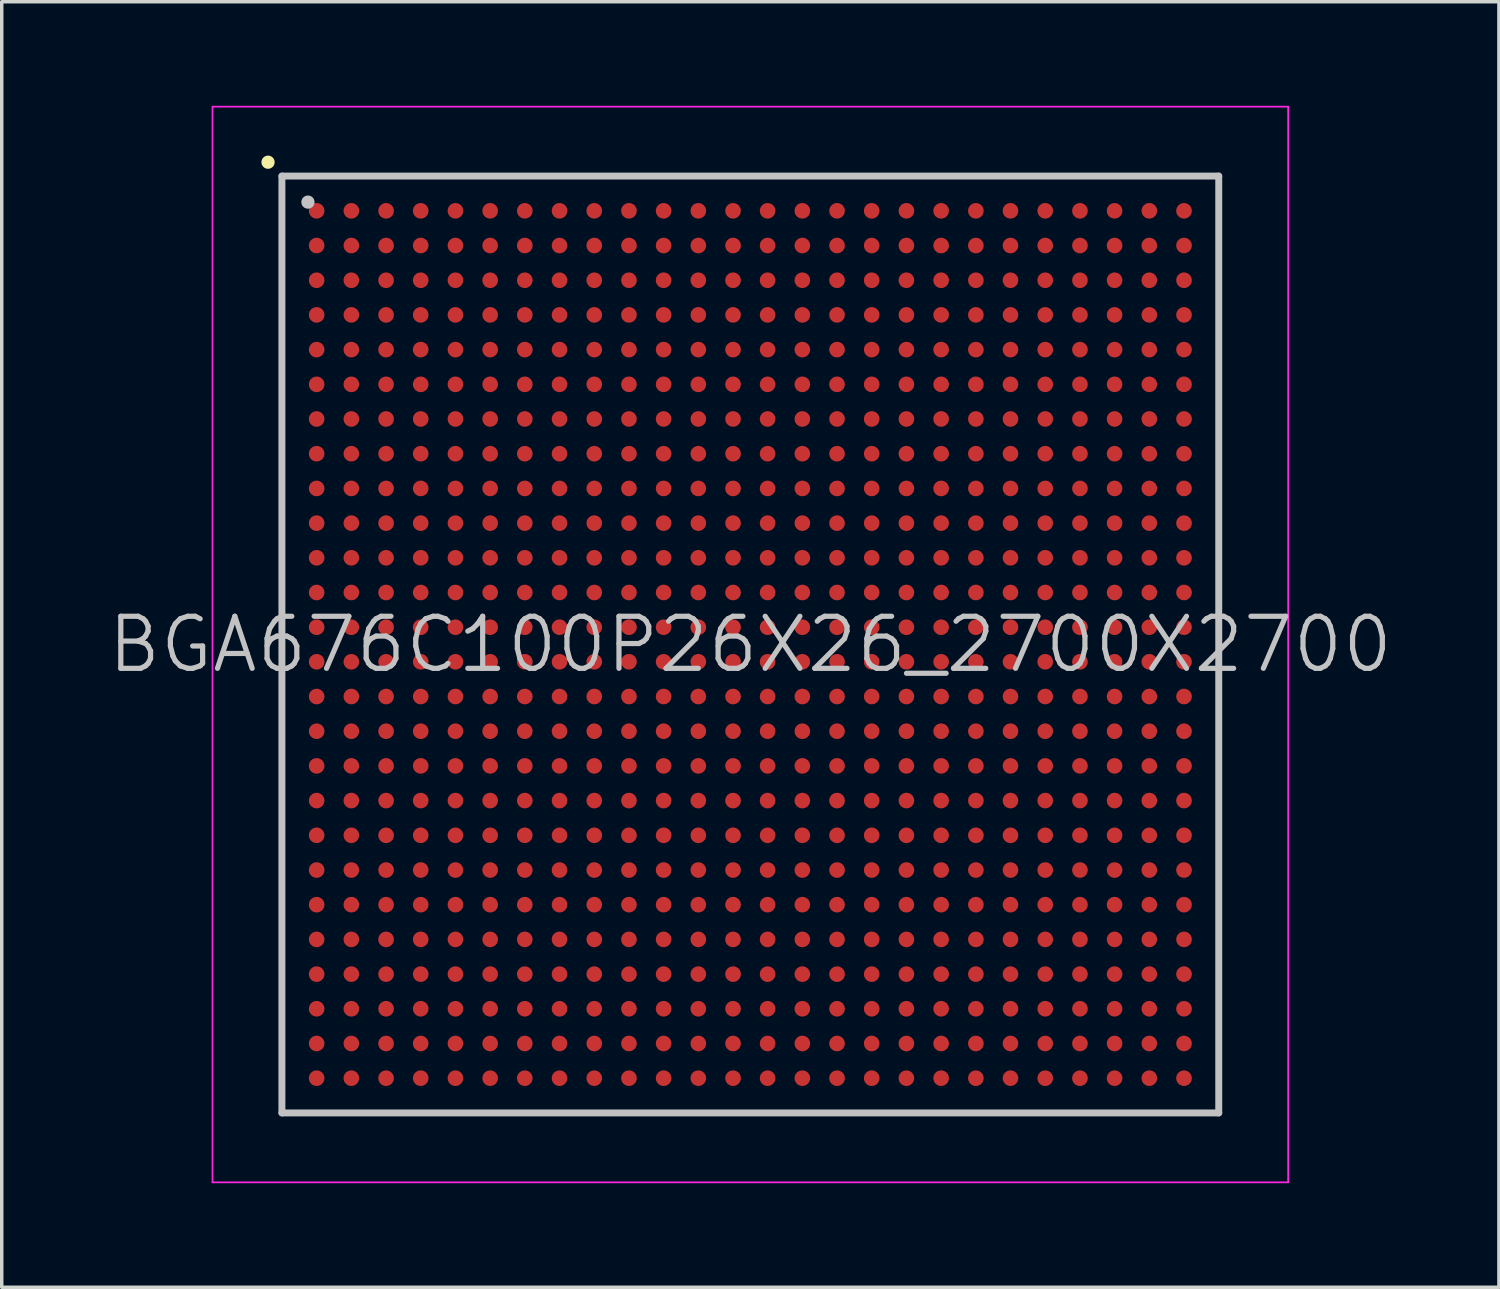
<source format=kicad_pcb>
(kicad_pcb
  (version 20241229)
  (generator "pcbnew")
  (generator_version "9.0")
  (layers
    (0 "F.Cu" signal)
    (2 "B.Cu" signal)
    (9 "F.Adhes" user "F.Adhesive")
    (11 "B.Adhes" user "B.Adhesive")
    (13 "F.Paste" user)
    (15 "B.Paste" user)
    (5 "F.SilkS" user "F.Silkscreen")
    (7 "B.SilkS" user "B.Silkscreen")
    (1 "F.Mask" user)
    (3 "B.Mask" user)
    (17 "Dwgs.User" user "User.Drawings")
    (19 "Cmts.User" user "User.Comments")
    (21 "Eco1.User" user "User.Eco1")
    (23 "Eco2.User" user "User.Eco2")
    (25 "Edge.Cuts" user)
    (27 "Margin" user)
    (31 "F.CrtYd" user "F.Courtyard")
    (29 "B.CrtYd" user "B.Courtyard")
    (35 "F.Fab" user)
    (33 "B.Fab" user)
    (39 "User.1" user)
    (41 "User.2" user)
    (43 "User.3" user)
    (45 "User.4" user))
  (footprint "BGA676C100P26X26_2700X2700"
    (layer "F.Cu")
    (at 18.575 15.525)
    (property "Reference" "BGA676C100P26X26_2700X2700" (at 0 0 0) (layer "Dwgs.User") (effects (font (size 1.5 1.5) (thickness 0.15))))
    (attr smd)
    (fp_line (start -13.9 -13.9) (end -13.9 -13.9) (stroke (width 0.381) (type solid)) (layer "F.SilkS"))
    (fp_line (start -13.5 -13.5) (end -13.5 13.5) (stroke (width 0.2) (type solid)) (layer "Dwgs.User"))
    (fp_line (start -13.5 -13.5) (end 13.5 -13.5) (stroke (width 0.2) (type solid)) (layer "Dwgs.User"))
    (fp_line (start -13.5 13.5) (end 13.5 13.5) (stroke (width 0.2) (type solid)) (layer "Dwgs.User"))
    (fp_line (start -12.75 -12.75) (end -12.75 -12.75) (stroke (width 0.381) (type solid)) (layer "Dwgs.User"))
    (fp_line (start 13.5 -13.5) (end 13.5 13.5) (stroke (width 0.2) (type solid)) (layer "Dwgs.User"))
    (fp_line (start -15.5 -15.5) (end -15.5 15.5) (stroke (width 0.05) (type solid)) (layer "F.CrtYd"))
    (fp_line (start -15.5 -15.5) (end 15.5 -15.5) (stroke (width 0.05) (type solid)) (layer "F.CrtYd"))
    (fp_line (start -15.5 15.5) (end 15.5 15.5) (stroke (width 0.05) (type solid)) (layer "F.CrtYd"))
    (fp_line (start 15.5 -15.5) (end 15.5 15.5) (stroke (width 0.05) (type solid)) (layer "F.CrtYd"))
    (pad "A1" smd circle (at -12.499 -12.499 270) (size 0.45 0.45) (layers "F.Cu" "F.Mask" "F.Paste"))
    (pad "A2" smd circle (at -11.499 -12.499 270) (size 0.45 0.45) (layers "F.Cu" "F.Mask" "F.Paste"))
    (pad "A3" smd circle (at -10.498 -12.499 270) (size 0.45 0.45) (layers "F.Cu" "F.Mask" "F.Paste"))
    (pad "A4" smd circle (at -9.5 -12.499 270) (size 0.45 0.45) (layers "F.Cu" "F.Mask" "F.Paste"))
    (pad "A5" smd circle (at -8.499 -12.499 270) (size 0.45 0.45) (layers "F.Cu" "F.Mask" "F.Paste"))
    (pad "A6" smd circle (at -7.498 -12.499 270) (size 0.45 0.45) (layers "F.Cu" "F.Mask" "F.Paste"))
    (pad "A7" smd circle (at -6.5 -12.499 270) (size 0.45 0.45) (layers "F.Cu" "F.Mask" "F.Paste"))
    (pad "A8" smd circle (at -5.499 -12.499 270) (size 0.45 0.45) (layers "F.Cu" "F.Mask" "F.Paste"))
    (pad "A9" smd circle (at -4.498 -12.499 270) (size 0.45 0.45) (layers "F.Cu" "F.Mask" "F.Paste"))
    (pad "A10" smd circle (at -3.498 -12.499 270) (size 0.45 0.45) (layers "F.Cu" "F.Mask" "F.Paste"))
    (pad "A11" smd circle (at -2.499 -12.499 270) (size 0.45 0.45) (layers "F.Cu" "F.Mask" "F.Paste"))
    (pad "A12" smd circle (at -1.499 -12.499 270) (size 0.45 0.45) (layers "F.Cu" "F.Mask" "F.Paste"))
    (pad "A13" smd circle (at -0.498 -12.499 270) (size 0.45 0.45) (layers "F.Cu" "F.Mask" "F.Paste"))
    (pad "A14" smd circle (at 0.498 -12.499 270) (size 0.45 0.45) (layers "F.Cu" "F.Mask" "F.Paste"))
    (pad "A15" smd circle (at 1.499 -12.499 270) (size 0.45 0.45) (layers "F.Cu" "F.Mask" "F.Paste"))
    (pad "A16" smd circle (at 2.499 -12.499 270) (size 0.45 0.45) (layers "F.Cu" "F.Mask" "F.Paste"))
    (pad "A17" smd circle (at 3.498 -12.499 270) (size 0.45 0.45) (layers "F.Cu" "F.Mask" "F.Paste"))
    (pad "A18" smd circle (at 4.498 -12.499 270) (size 0.45 0.45) (layers "F.Cu" "F.Mask" "F.Paste"))
    (pad "A19" smd circle (at 5.499 -12.499 270) (size 0.45 0.45) (layers "F.Cu" "F.Mask" "F.Paste"))
    (pad "A20" smd circle (at 6.5 -12.499 270) (size 0.45 0.45) (layers "F.Cu" "F.Mask" "F.Paste"))
    (pad "A21" smd circle (at 7.498 -12.499 270) (size 0.45 0.45) (layers "F.Cu" "F.Mask" "F.Paste"))
    (pad "A22" smd circle (at 8.499 -12.499 270) (size 0.45 0.45) (layers "F.Cu" "F.Mask" "F.Paste"))
    (pad "A23" smd circle (at 9.5 -12.499 270) (size 0.45 0.45) (layers "F.Cu" "F.Mask" "F.Paste"))
    (pad "A24" smd circle (at 10.498 -12.499 270) (size 0.45 0.45) (layers "F.Cu" "F.Mask" "F.Paste"))
    (pad "A25" smd circle (at 11.499 -12.499 270) (size 0.45 0.45) (layers "F.Cu" "F.Mask" "F.Paste"))
    (pad "A26" smd circle (at 12.499 -12.499 270) (size 0.45 0.45) (layers "F.Cu" "F.Mask" "F.Paste"))
    (pad "AA1" smd circle (at -12.499 7.498 270) (size 0.45 0.45) (layers "F.Cu" "F.Mask" "F.Paste"))
    (pad "AA2" smd circle (at -11.499 7.498 270) (size 0.45 0.45) (layers "F.Cu" "F.Mask" "F.Paste"))
    (pad "AA3" smd circle (at -10.498 7.498 270) (size 0.45 0.45) (layers "F.Cu" "F.Mask" "F.Paste"))
    (pad "AA4" smd circle (at -9.5 7.498 270) (size 0.45 0.45) (layers "F.Cu" "F.Mask" "F.Paste"))
    (pad "AA5" smd circle (at -8.499 7.498 270) (size 0.45 0.45) (layers "F.Cu" "F.Mask" "F.Paste"))
    (pad "AA6" smd circle (at -7.498 7.498 270) (size 0.45 0.45) (layers "F.Cu" "F.Mask" "F.Paste"))
    (pad "AA7" smd circle (at -6.5 7.498 270) (size 0.45 0.45) (layers "F.Cu" "F.Mask" "F.Paste"))
    (pad "AA8" smd circle (at -5.499 7.498 270) (size 0.45 0.45) (layers "F.Cu" "F.Mask" "F.Paste"))
    (pad "AA9" smd circle (at -4.498 7.498 270) (size 0.45 0.45) (layers "F.Cu" "F.Mask" "F.Paste"))
    (pad "AA10" smd circle (at -3.498 7.498 270) (size 0.45 0.45) (layers "F.Cu" "F.Mask" "F.Paste"))
    (pad "AA11" smd circle (at -2.499 7.498 270) (size 0.45 0.45) (layers "F.Cu" "F.Mask" "F.Paste"))
    (pad "AA12" smd circle (at -1.499 7.498 270) (size 0.45 0.45) (layers "F.Cu" "F.Mask" "F.Paste"))
    (pad "AA13" smd circle (at -0.498 7.498 270) (size 0.45 0.45) (layers "F.Cu" "F.Mask" "F.Paste"))
    (pad "AA14" smd circle (at 0.498 7.498 270) (size 0.45 0.45) (layers "F.Cu" "F.Mask" "F.Paste"))
    (pad "AA15" smd circle (at 1.499 7.498 270) (size 0.45 0.45) (layers "F.Cu" "F.Mask" "F.Paste"))
    (pad "AA16" smd circle (at 2.499 7.498 270) (size 0.45 0.45) (layers "F.Cu" "F.Mask" "F.Paste"))
    (pad "AA17" smd circle (at 3.498 7.498 270) (size 0.45 0.45) (layers "F.Cu" "F.Mask" "F.Paste"))
    (pad "AA18" smd circle (at 4.498 7.498 270) (size 0.45 0.45) (layers "F.Cu" "F.Mask" "F.Paste"))
    (pad "AA19" smd circle (at 5.499 7.498 270) (size 0.45 0.45) (layers "F.Cu" "F.Mask" "F.Paste"))
    (pad "AA20" smd circle (at 6.5 7.498 270) (size 0.45 0.45) (layers "F.Cu" "F.Mask" "F.Paste"))
    (pad "AA21" smd circle (at 7.498 7.498 270) (size 0.45 0.45) (layers "F.Cu" "F.Mask" "F.Paste"))
    (pad "AA22" smd circle (at 8.499 7.498 270) (size 0.45 0.45) (layers "F.Cu" "F.Mask" "F.Paste"))
    (pad "AA23" smd circle (at 9.5 7.498 270) (size 0.45 0.45) (layers "F.Cu" "F.Mask" "F.Paste"))
    (pad "AA24" smd circle (at 10.498 7.498 270) (size 0.45 0.45) (layers "F.Cu" "F.Mask" "F.Paste"))
    (pad "AA25" smd circle (at 11.499 7.498 270) (size 0.45 0.45) (layers "F.Cu" "F.Mask" "F.Paste"))
    (pad "AA26" smd circle (at 12.499 7.498 270) (size 0.45 0.45) (layers "F.Cu" "F.Mask" "F.Paste"))
    (pad "AB1" smd circle (at -12.499 8.499 270) (size 0.45 0.45) (layers "F.Cu" "F.Mask" "F.Paste"))
    (pad "AB2" smd circle (at -11.499 8.499 270) (size 0.45 0.45) (layers "F.Cu" "F.Mask" "F.Paste"))
    (pad "AB3" smd circle (at -10.498 8.499 270) (size 0.45 0.45) (layers "F.Cu" "F.Mask" "F.Paste"))
    (pad "AB4" smd circle (at -9.5 8.499 270) (size 0.45 0.45) (layers "F.Cu" "F.Mask" "F.Paste"))
    (pad "AB5" smd circle (at -8.499 8.499 270) (size 0.45 0.45) (layers "F.Cu" "F.Mask" "F.Paste"))
    (pad "AB6" smd circle (at -7.498 8.499 270) (size 0.45 0.45) (layers "F.Cu" "F.Mask" "F.Paste"))
    (pad "AB7" smd circle (at -6.5 8.499 270) (size 0.45 0.45) (layers "F.Cu" "F.Mask" "F.Paste"))
    (pad "AB8" smd circle (at -5.499 8.499 270) (size 0.45 0.45) (layers "F.Cu" "F.Mask" "F.Paste"))
    (pad "AB9" smd circle (at -4.498 8.499 270) (size 0.45 0.45) (layers "F.Cu" "F.Mask" "F.Paste"))
    (pad "AB10" smd circle (at -3.498 8.499 270) (size 0.45 0.45) (layers "F.Cu" "F.Mask" "F.Paste"))
    (pad "AB11" smd circle (at -2.499 8.499 270) (size 0.45 0.45) (layers "F.Cu" "F.Mask" "F.Paste"))
    (pad "AB12" smd circle (at -1.499 8.499 270) (size 0.45 0.45) (layers "F.Cu" "F.Mask" "F.Paste"))
    (pad "AB13" smd circle (at -0.498 8.499 270) (size 0.45 0.45) (layers "F.Cu" "F.Mask" "F.Paste"))
    (pad "AB14" smd circle (at 0.498 8.499 270) (size 0.45 0.45) (layers "F.Cu" "F.Mask" "F.Paste"))
    (pad "AB15" smd circle (at 1.499 8.499 270) (size 0.45 0.45) (layers "F.Cu" "F.Mask" "F.Paste"))
    (pad "AB16" smd circle (at 2.499 8.499 270) (size 0.45 0.45) (layers "F.Cu" "F.Mask" "F.Paste"))
    (pad "AB17" smd circle (at 3.498 8.499 270) (size 0.45 0.45) (layers "F.Cu" "F.Mask" "F.Paste"))
    (pad "AB18" smd circle (at 4.498 8.499 270) (size 0.45 0.45) (layers "F.Cu" "F.Mask" "F.Paste"))
    (pad "AB19" smd circle (at 5.499 8.499 270) (size 0.45 0.45) (layers "F.Cu" "F.Mask" "F.Paste"))
    (pad "AB20" smd circle (at 6.5 8.499 270) (size 0.45 0.45) (layers "F.Cu" "F.Mask" "F.Paste"))
    (pad "AB21" smd circle (at 7.498 8.499 270) (size 0.45 0.45) (layers "F.Cu" "F.Mask" "F.Paste"))
    (pad "AB22" smd circle (at 8.499 8.499 270) (size 0.45 0.45) (layers "F.Cu" "F.Mask" "F.Paste"))
    (pad "AB23" smd circle (at 9.5 8.499 270) (size 0.45 0.45) (layers "F.Cu" "F.Mask" "F.Paste"))
    (pad "AB24" smd circle (at 10.498 8.499 270) (size 0.45 0.45) (layers "F.Cu" "F.Mask" "F.Paste"))
    (pad "AB25" smd circle (at 11.499 8.499 270) (size 0.45 0.45) (layers "F.Cu" "F.Mask" "F.Paste"))
    (pad "AB26" smd circle (at 12.499 8.499 270) (size 0.45 0.45) (layers "F.Cu" "F.Mask" "F.Paste"))
    (pad "AC1" smd circle (at -12.499 9.5 270) (size 0.45 0.45) (layers "F.Cu" "F.Mask" "F.Paste"))
    (pad "AC2" smd circle (at -11.499 9.5 270) (size 0.45 0.45) (layers "F.Cu" "F.Mask" "F.Paste"))
    (pad "AC3" smd circle (at -10.498 9.5 270) (size 0.45 0.45) (layers "F.Cu" "F.Mask" "F.Paste"))
    (pad "AC4" smd circle (at -9.5 9.5 270) (size 0.45 0.45) (layers "F.Cu" "F.Mask" "F.Paste"))
    (pad "AC5" smd circle (at -8.499 9.5 270) (size 0.45 0.45) (layers "F.Cu" "F.Mask" "F.Paste"))
    (pad "AC6" smd circle (at -7.498 9.5 270) (size 0.45 0.45) (layers "F.Cu" "F.Mask" "F.Paste"))
    (pad "AC7" smd circle (at -6.5 9.5 270) (size 0.45 0.45) (layers "F.Cu" "F.Mask" "F.Paste"))
    (pad "AC8" smd circle (at -5.499 9.5 270) (size 0.45 0.45) (layers "F.Cu" "F.Mask" "F.Paste"))
    (pad "AC9" smd circle (at -4.498 9.5 270) (size 0.45 0.45) (layers "F.Cu" "F.Mask" "F.Paste"))
    (pad "AC10" smd circle (at -3.498 9.5 270) (size 0.45 0.45) (layers "F.Cu" "F.Mask" "F.Paste"))
    (pad "AC11" smd circle (at -2.499 9.5 270) (size 0.45 0.45) (layers "F.Cu" "F.Mask" "F.Paste"))
    (pad "AC12" smd circle (at -1.499 9.5 270) (size 0.45 0.45) (layers "F.Cu" "F.Mask" "F.Paste"))
    (pad "AC13" smd circle (at -0.498 9.5 270) (size 0.45 0.45) (layers "F.Cu" "F.Mask" "F.Paste"))
    (pad "AC14" smd circle (at 0.498 9.5 270) (size 0.45 0.45) (layers "F.Cu" "F.Mask" "F.Paste"))
    (pad "AC15" smd circle (at 1.499 9.5 270) (size 0.45 0.45) (layers "F.Cu" "F.Mask" "F.Paste"))
    (pad "AC16" smd circle (at 2.499 9.5 270) (size 0.45 0.45) (layers "F.Cu" "F.Mask" "F.Paste"))
    (pad "AC17" smd circle (at 3.498 9.5 270) (size 0.45 0.45) (layers "F.Cu" "F.Mask" "F.Paste"))
    (pad "AC18" smd circle (at 4.498 9.5 270) (size 0.45 0.45) (layers "F.Cu" "F.Mask" "F.Paste"))
    (pad "AC19" smd circle (at 5.499 9.5 270) (size 0.45 0.45) (layers "F.Cu" "F.Mask" "F.Paste"))
    (pad "AC20" smd circle (at 6.5 9.5 270) (size 0.45 0.45) (layers "F.Cu" "F.Mask" "F.Paste"))
    (pad "AC21" smd circle (at 7.498 9.5 270) (size 0.45 0.45) (layers "F.Cu" "F.Mask" "F.Paste"))
    (pad "AC22" smd circle (at 8.499 9.5 270) (size 0.45 0.45) (layers "F.Cu" "F.Mask" "F.Paste"))
    (pad "AC23" smd circle (at 9.5 9.5 270) (size 0.45 0.45) (layers "F.Cu" "F.Mask" "F.Paste"))
    (pad "AC24" smd circle (at 10.498 9.5 270) (size 0.45 0.45) (layers "F.Cu" "F.Mask" "F.Paste"))
    (pad "AC25" smd circle (at 11.499 9.5 270) (size 0.45 0.45) (layers "F.Cu" "F.Mask" "F.Paste"))
    (pad "AC26" smd circle (at 12.499 9.5 270) (size 0.45 0.45) (layers "F.Cu" "F.Mask" "F.Paste"))
    (pad "AD1" smd circle (at -12.499 10.498 270) (size 0.45 0.45) (layers "F.Cu" "F.Mask" "F.Paste"))
    (pad "AD2" smd circle (at -11.499 10.498 270) (size 0.45 0.45) (layers "F.Cu" "F.Mask" "F.Paste"))
    (pad "AD3" smd circle (at -10.498 10.498 270) (size 0.45 0.45) (layers "F.Cu" "F.Mask" "F.Paste"))
    (pad "AD4" smd circle (at -9.5 10.498 270) (size 0.45 0.45) (layers "F.Cu" "F.Mask" "F.Paste"))
    (pad "AD5" smd circle (at -8.499 10.498 270) (size 0.45 0.45) (layers "F.Cu" "F.Mask" "F.Paste"))
    (pad "AD6" smd circle (at -7.498 10.498 270) (size 0.45 0.45) (layers "F.Cu" "F.Mask" "F.Paste"))
    (pad "AD7" smd circle (at -6.5 10.498 270) (size 0.45 0.45) (layers "F.Cu" "F.Mask" "F.Paste"))
    (pad "AD8" smd circle (at -5.499 10.498 270) (size 0.45 0.45) (layers "F.Cu" "F.Mask" "F.Paste"))
    (pad "AD9" smd circle (at -4.498 10.498 270) (size 0.45 0.45) (layers "F.Cu" "F.Mask" "F.Paste"))
    (pad "AD10" smd circle (at -3.498 10.498 270) (size 0.45 0.45) (layers "F.Cu" "F.Mask" "F.Paste"))
    (pad "AD11" smd circle (at -2.499 10.498 270) (size 0.45 0.45) (layers "F.Cu" "F.Mask" "F.Paste"))
    (pad "AD12" smd circle (at -1.499 10.498 270) (size 0.45 0.45) (layers "F.Cu" "F.Mask" "F.Paste"))
    (pad "AD13" smd circle (at -0.498 10.498 270) (size 0.45 0.45) (layers "F.Cu" "F.Mask" "F.Paste"))
    (pad "AD14" smd circle (at 0.498 10.498 270) (size 0.45 0.45) (layers "F.Cu" "F.Mask" "F.Paste"))
    (pad "AD15" smd circle (at 1.499 10.498 270) (size 0.45 0.45) (layers "F.Cu" "F.Mask" "F.Paste"))
    (pad "AD16" smd circle (at 2.499 10.498 270) (size 0.45 0.45) (layers "F.Cu" "F.Mask" "F.Paste"))
    (pad "AD17" smd circle (at 3.498 10.498 270) (size 0.45 0.45) (layers "F.Cu" "F.Mask" "F.Paste"))
    (pad "AD18" smd circle (at 4.498 10.498 270) (size 0.45 0.45) (layers "F.Cu" "F.Mask" "F.Paste"))
    (pad "AD19" smd circle (at 5.499 10.498 270) (size 0.45 0.45) (layers "F.Cu" "F.Mask" "F.Paste"))
    (pad "AD20" smd circle (at 6.5 10.498 270) (size 0.45 0.45) (layers "F.Cu" "F.Mask" "F.Paste"))
    (pad "AD21" smd circle (at 7.498 10.498 270) (size 0.45 0.45) (layers "F.Cu" "F.Mask" "F.Paste"))
    (pad "AD22" smd circle (at 8.499 10.498 270) (size 0.45 0.45) (layers "F.Cu" "F.Mask" "F.Paste"))
    (pad "AD23" smd circle (at 9.5 10.498 270) (size 0.45 0.45) (layers "F.Cu" "F.Mask" "F.Paste"))
    (pad "AD24" smd circle (at 10.498 10.498 270) (size 0.45 0.45) (layers "F.Cu" "F.Mask" "F.Paste"))
    (pad "AD25" smd circle (at 11.499 10.498 270) (size 0.45 0.45) (layers "F.Cu" "F.Mask" "F.Paste"))
    (pad "AD26" smd circle (at 12.499 10.498 270) (size 0.45 0.45) (layers "F.Cu" "F.Mask" "F.Paste"))
    (pad "AE1" smd circle (at -12.499 11.499 270) (size 0.45 0.45) (layers "F.Cu" "F.Mask" "F.Paste"))
    (pad "AE2" smd circle (at -11.499 11.499 270) (size 0.45 0.45) (layers "F.Cu" "F.Mask" "F.Paste"))
    (pad "AE3" smd circle (at -10.498 11.499 270) (size 0.45 0.45) (layers "F.Cu" "F.Mask" "F.Paste"))
    (pad "AE4" smd circle (at -9.5 11.499 270) (size 0.45 0.45) (layers "F.Cu" "F.Mask" "F.Paste"))
    (pad "AE5" smd circle (at -8.499 11.499 270) (size 0.45 0.45) (layers "F.Cu" "F.Mask" "F.Paste"))
    (pad "AE6" smd circle (at -7.498 11.499 270) (size 0.45 0.45) (layers "F.Cu" "F.Mask" "F.Paste"))
    (pad "AE7" smd circle (at -6.5 11.499 270) (size 0.45 0.45) (layers "F.Cu" "F.Mask" "F.Paste"))
    (pad "AE8" smd circle (at -5.499 11.499 270) (size 0.45 0.45) (layers "F.Cu" "F.Mask" "F.Paste"))
    (pad "AE9" smd circle (at -4.498 11.499 270) (size 0.45 0.45) (layers "F.Cu" "F.Mask" "F.Paste"))
    (pad "AE10" smd circle (at -3.498 11.499 270) (size 0.45 0.45) (layers "F.Cu" "F.Mask" "F.Paste"))
    (pad "AE11" smd circle (at -2.499 11.499 270) (size 0.45 0.45) (layers "F.Cu" "F.Mask" "F.Paste"))
    (pad "AE12" smd circle (at -1.499 11.499 270) (size 0.45 0.45) (layers "F.Cu" "F.Mask" "F.Paste"))
    (pad "AE13" smd circle (at -0.498 11.499 270) (size 0.45 0.45) (layers "F.Cu" "F.Mask" "F.Paste"))
    (pad "AE14" smd circle (at 0.498 11.499 270) (size 0.45 0.45) (layers "F.Cu" "F.Mask" "F.Paste"))
    (pad "AE15" smd circle (at 1.499 11.499 270) (size 0.45 0.45) (layers "F.Cu" "F.Mask" "F.Paste"))
    (pad "AE16" smd circle (at 2.499 11.499 270) (size 0.45 0.45) (layers "F.Cu" "F.Mask" "F.Paste"))
    (pad "AE17" smd circle (at 3.498 11.499 270) (size 0.45 0.45) (layers "F.Cu" "F.Mask" "F.Paste"))
    (pad "AE18" smd circle (at 4.498 11.499 270) (size 0.45 0.45) (layers "F.Cu" "F.Mask" "F.Paste"))
    (pad "AE19" smd circle (at 5.499 11.499 270) (size 0.45 0.45) (layers "F.Cu" "F.Mask" "F.Paste"))
    (pad "AE20" smd circle (at 6.5 11.499 270) (size 0.45 0.45) (layers "F.Cu" "F.Mask" "F.Paste"))
    (pad "AE21" smd circle (at 7.498 11.499 270) (size 0.45 0.45) (layers "F.Cu" "F.Mask" "F.Paste"))
    (pad "AE22" smd circle (at 8.499 11.499 270) (size 0.45 0.45) (layers "F.Cu" "F.Mask" "F.Paste"))
    (pad "AE23" smd circle (at 9.5 11.499 270) (size 0.45 0.45) (layers "F.Cu" "F.Mask" "F.Paste"))
    (pad "AE24" smd circle (at 10.498 11.499 270) (size 0.45 0.45) (layers "F.Cu" "F.Mask" "F.Paste"))
    (pad "AE25" smd circle (at 11.499 11.499 270) (size 0.45 0.45) (layers "F.Cu" "F.Mask" "F.Paste"))
    (pad "AE26" smd circle (at 12.499 11.499 270) (size 0.45 0.45) (layers "F.Cu" "F.Mask" "F.Paste"))
    (pad "AF1" smd circle (at -12.499 12.499 270) (size 0.45 0.45) (layers "F.Cu" "F.Mask" "F.Paste"))
    (pad "AF2" smd circle (at -11.499 12.499 270) (size 0.45 0.45) (layers "F.Cu" "F.Mask" "F.Paste"))
    (pad "AF3" smd circle (at -10.498 12.499 270) (size 0.45 0.45) (layers "F.Cu" "F.Mask" "F.Paste"))
    (pad "AF4" smd circle (at -9.5 12.499 270) (size 0.45 0.45) (layers "F.Cu" "F.Mask" "F.Paste"))
    (pad "AF5" smd circle (at -8.499 12.499 270) (size 0.45 0.45) (layers "F.Cu" "F.Mask" "F.Paste"))
    (pad "AF6" smd circle (at -7.498 12.499 270) (size 0.45 0.45) (layers "F.Cu" "F.Mask" "F.Paste"))
    (pad "AF7" smd circle (at -6.5 12.499 270) (size 0.45 0.45) (layers "F.Cu" "F.Mask" "F.Paste"))
    (pad "AF8" smd circle (at -5.499 12.499 270) (size 0.45 0.45) (layers "F.Cu" "F.Mask" "F.Paste"))
    (pad "AF9" smd circle (at -4.498 12.499 270) (size 0.45 0.45) (layers "F.Cu" "F.Mask" "F.Paste"))
    (pad "AF10" smd circle (at -3.498 12.499 270) (size 0.45 0.45) (layers "F.Cu" "F.Mask" "F.Paste"))
    (pad "AF11" smd circle (at -2.499 12.499 270) (size 0.45 0.45) (layers "F.Cu" "F.Mask" "F.Paste"))
    (pad "AF12" smd circle (at -1.499 12.499 270) (size 0.45 0.45) (layers "F.Cu" "F.Mask" "F.Paste"))
    (pad "AF13" smd circle (at -0.498 12.499 270) (size 0.45 0.45) (layers "F.Cu" "F.Mask" "F.Paste"))
    (pad "AF14" smd circle (at 0.498 12.499 270) (size 0.45 0.45) (layers "F.Cu" "F.Mask" "F.Paste"))
    (pad "AF15" smd circle (at 1.499 12.499 270) (size 0.45 0.45) (layers "F.Cu" "F.Mask" "F.Paste"))
    (pad "AF16" smd circle (at 2.499 12.499 270) (size 0.45 0.45) (layers "F.Cu" "F.Mask" "F.Paste"))
    (pad "AF17" smd circle (at 3.498 12.499 270) (size 0.45 0.45) (layers "F.Cu" "F.Mask" "F.Paste"))
    (pad "AF18" smd circle (at 4.498 12.499 270) (size 0.45 0.45) (layers "F.Cu" "F.Mask" "F.Paste"))
    (pad "AF19" smd circle (at 5.499 12.499 270) (size 0.45 0.45) (layers "F.Cu" "F.Mask" "F.Paste"))
    (pad "AF20" smd circle (at 6.5 12.499 270) (size 0.45 0.45) (layers "F.Cu" "F.Mask" "F.Paste"))
    (pad "AF21" smd circle (at 7.498 12.499 270) (size 0.45 0.45) (layers "F.Cu" "F.Mask" "F.Paste"))
    (pad "AF22" smd circle (at 8.499 12.499 270) (size 0.45 0.45) (layers "F.Cu" "F.Mask" "F.Paste"))
    (pad "AF23" smd circle (at 9.5 12.499 270) (size 0.45 0.45) (layers "F.Cu" "F.Mask" "F.Paste"))
    (pad "AF24" smd circle (at 10.498 12.499 270) (size 0.45 0.45) (layers "F.Cu" "F.Mask" "F.Paste"))
    (pad "AF25" smd circle (at 11.499 12.499 270) (size 0.45 0.45) (layers "F.Cu" "F.Mask" "F.Paste"))
    (pad "AF26" smd circle (at 12.499 12.499 270) (size 0.45 0.45) (layers "F.Cu" "F.Mask" "F.Paste"))
    (pad "B1" smd circle (at -12.499 -11.499 270) (size 0.45 0.45) (layers "F.Cu" "F.Mask" "F.Paste"))
    (pad "B2" smd circle (at -11.499 -11.499 270) (size 0.45 0.45) (layers "F.Cu" "F.Mask" "F.Paste"))
    (pad "B3" smd circle (at -10.498 -11.499 270) (size 0.45 0.45) (layers "F.Cu" "F.Mask" "F.Paste"))
    (pad "B4" smd circle (at -9.5 -11.499 270) (size 0.45 0.45) (layers "F.Cu" "F.Mask" "F.Paste"))
    (pad "B5" smd circle (at -8.499 -11.499 270) (size 0.45 0.45) (layers "F.Cu" "F.Mask" "F.Paste"))
    (pad "B6" smd circle (at -7.498 -11.499 270) (size 0.45 0.45) (layers "F.Cu" "F.Mask" "F.Paste"))
    (pad "B7" smd circle (at -6.5 -11.499 270) (size 0.45 0.45) (layers "F.Cu" "F.Mask" "F.Paste"))
    (pad "B8" smd circle (at -5.499 -11.499 270) (size 0.45 0.45) (layers "F.Cu" "F.Mask" "F.Paste"))
    (pad "B9" smd circle (at -4.498 -11.499 270) (size 0.45 0.45) (layers "F.Cu" "F.Mask" "F.Paste"))
    (pad "B10" smd circle (at -3.498 -11.499 270) (size 0.45 0.45) (layers "F.Cu" "F.Mask" "F.Paste"))
    (pad "B11" smd circle (at -2.499 -11.499 270) (size 0.45 0.45) (layers "F.Cu" "F.Mask" "F.Paste"))
    (pad "B12" smd circle (at -1.499 -11.499 270) (size 0.45 0.45) (layers "F.Cu" "F.Mask" "F.Paste"))
    (pad "B13" smd circle (at -0.498 -11.499 270) (size 0.45 0.45) (layers "F.Cu" "F.Mask" "F.Paste"))
    (pad "B14" smd circle (at 0.498 -11.499 270) (size 0.45 0.45) (layers "F.Cu" "F.Mask" "F.Paste"))
    (pad "B15" smd circle (at 1.499 -11.499 270) (size 0.45 0.45) (layers "F.Cu" "F.Mask" "F.Paste"))
    (pad "B16" smd circle (at 2.499 -11.499 270) (size 0.45 0.45) (layers "F.Cu" "F.Mask" "F.Paste"))
    (pad "B17" smd circle (at 3.498 -11.499 270) (size 0.45 0.45) (layers "F.Cu" "F.Mask" "F.Paste"))
    (pad "B18" smd circle (at 4.498 -11.499 270) (size 0.45 0.45) (layers "F.Cu" "F.Mask" "F.Paste"))
    (pad "B19" smd circle (at 5.499 -11.499 270) (size 0.45 0.45) (layers "F.Cu" "F.Mask" "F.Paste"))
    (pad "B20" smd circle (at 6.5 -11.499 270) (size 0.45 0.45) (layers "F.Cu" "F.Mask" "F.Paste"))
    (pad "B21" smd circle (at 7.498 -11.499 270) (size 0.45 0.45) (layers "F.Cu" "F.Mask" "F.Paste"))
    (pad "B22" smd circle (at 8.499 -11.499 270) (size 0.45 0.45) (layers "F.Cu" "F.Mask" "F.Paste"))
    (pad "B23" smd circle (at 9.5 -11.499 270) (size 0.45 0.45) (layers "F.Cu" "F.Mask" "F.Paste"))
    (pad "B24" smd circle (at 10.498 -11.499 270) (size 0.45 0.45) (layers "F.Cu" "F.Mask" "F.Paste"))
    (pad "B25" smd circle (at 11.499 -11.499 270) (size 0.45 0.45) (layers "F.Cu" "F.Mask" "F.Paste"))
    (pad "B26" smd circle (at 12.499 -11.499 270) (size 0.45 0.45) (layers "F.Cu" "F.Mask" "F.Paste"))
    (pad "C1" smd circle (at -12.499 -10.498 270) (size 0.45 0.45) (layers "F.Cu" "F.Mask" "F.Paste"))
    (pad "C2" smd circle (at -11.499 -10.498 270) (size 0.45 0.45) (layers "F.Cu" "F.Mask" "F.Paste"))
    (pad "C3" smd circle (at -10.498 -10.498 270) (size 0.45 0.45) (layers "F.Cu" "F.Mask" "F.Paste"))
    (pad "C4" smd circle (at -9.5 -10.498 270) (size 0.45 0.45) (layers "F.Cu" "F.Mask" "F.Paste"))
    (pad "C5" smd circle (at -8.499 -10.498 270) (size 0.45 0.45) (layers "F.Cu" "F.Mask" "F.Paste"))
    (pad "C6" smd circle (at -7.498 -10.498 270) (size 0.45 0.45) (layers "F.Cu" "F.Mask" "F.Paste"))
    (pad "C7" smd circle (at -6.5 -10.498 270) (size 0.45 0.45) (layers "F.Cu" "F.Mask" "F.Paste"))
    (pad "C8" smd circle (at -5.499 -10.498 270) (size 0.45 0.45) (layers "F.Cu" "F.Mask" "F.Paste"))
    (pad "C9" smd circle (at -4.498 -10.498 270) (size 0.45 0.45) (layers "F.Cu" "F.Mask" "F.Paste"))
    (pad "C10" smd circle (at -3.498 -10.498 270) (size 0.45 0.45) (layers "F.Cu" "F.Mask" "F.Paste"))
    (pad "C11" smd circle (at -2.499 -10.498 270) (size 0.45 0.45) (layers "F.Cu" "F.Mask" "F.Paste"))
    (pad "C12" smd circle (at -1.499 -10.498 270) (size 0.45 0.45) (layers "F.Cu" "F.Mask" "F.Paste"))
    (pad "C13" smd circle (at -0.498 -10.498 270) (size 0.45 0.45) (layers "F.Cu" "F.Mask" "F.Paste"))
    (pad "C14" smd circle (at 0.498 -10.498 270) (size 0.45 0.45) (layers "F.Cu" "F.Mask" "F.Paste"))
    (pad "C15" smd circle (at 1.499 -10.498 270) (size 0.45 0.45) (layers "F.Cu" "F.Mask" "F.Paste"))
    (pad "C16" smd circle (at 2.499 -10.498 270) (size 0.45 0.45) (layers "F.Cu" "F.Mask" "F.Paste"))
    (pad "C17" smd circle (at 3.498 -10.498 270) (size 0.45 0.45) (layers "F.Cu" "F.Mask" "F.Paste"))
    (pad "C18" smd circle (at 4.498 -10.498 270) (size 0.45 0.45) (layers "F.Cu" "F.Mask" "F.Paste"))
    (pad "C19" smd circle (at 5.499 -10.498 270) (size 0.45 0.45) (layers "F.Cu" "F.Mask" "F.Paste"))
    (pad "C20" smd circle (at 6.5 -10.498 270) (size 0.45 0.45) (layers "F.Cu" "F.Mask" "F.Paste"))
    (pad "C21" smd circle (at 7.498 -10.498 270) (size 0.45 0.45) (layers "F.Cu" "F.Mask" "F.Paste"))
    (pad "C22" smd circle (at 8.499 -10.498 270) (size 0.45 0.45) (layers "F.Cu" "F.Mask" "F.Paste"))
    (pad "C23" smd circle (at 9.5 -10.498 270) (size 0.45 0.45) (layers "F.Cu" "F.Mask" "F.Paste"))
    (pad "C24" smd circle (at 10.498 -10.498 270) (size 0.45 0.45) (layers "F.Cu" "F.Mask" "F.Paste"))
    (pad "C25" smd circle (at 11.499 -10.498 270) (size 0.45 0.45) (layers "F.Cu" "F.Mask" "F.Paste"))
    (pad "C26" smd circle (at 12.499 -10.498 270) (size 0.45 0.45) (layers "F.Cu" "F.Mask" "F.Paste"))
    (pad "D1" smd circle (at -12.499 -9.5 270) (size 0.45 0.45) (layers "F.Cu" "F.Mask" "F.Paste"))
    (pad "D2" smd circle (at -11.499 -9.5 270) (size 0.45 0.45) (layers "F.Cu" "F.Mask" "F.Paste"))
    (pad "D3" smd circle (at -10.498 -9.5 270) (size 0.45 0.45) (layers "F.Cu" "F.Mask" "F.Paste"))
    (pad "D4" smd circle (at -9.5 -9.5 270) (size 0.45 0.45) (layers "F.Cu" "F.Mask" "F.Paste"))
    (pad "D5" smd circle (at -8.499 -9.5 270) (size 0.45 0.45) (layers "F.Cu" "F.Mask" "F.Paste"))
    (pad "D6" smd circle (at -7.498 -9.5 270) (size 0.45 0.45) (layers "F.Cu" "F.Mask" "F.Paste"))
    (pad "D7" smd circle (at -6.5 -9.5 270) (size 0.45 0.45) (layers "F.Cu" "F.Mask" "F.Paste"))
    (pad "D8" smd circle (at -5.499 -9.5 270) (size 0.45 0.45) (layers "F.Cu" "F.Mask" "F.Paste"))
    (pad "D9" smd circle (at -4.498 -9.5 270) (size 0.45 0.45) (layers "F.Cu" "F.Mask" "F.Paste"))
    (pad "D10" smd circle (at -3.498 -9.5 270) (size 0.45 0.45) (layers "F.Cu" "F.Mask" "F.Paste"))
    (pad "D11" smd circle (at -2.499 -9.5 270) (size 0.45 0.45) (layers "F.Cu" "F.Mask" "F.Paste"))
    (pad "D12" smd circle (at -1.499 -9.5 270) (size 0.45 0.45) (layers "F.Cu" "F.Mask" "F.Paste"))
    (pad "D13" smd circle (at -0.498 -9.5 270) (size 0.45 0.45) (layers "F.Cu" "F.Mask" "F.Paste"))
    (pad "D14" smd circle (at 0.498 -9.5 270) (size 0.45 0.45) (layers "F.Cu" "F.Mask" "F.Paste"))
    (pad "D15" smd circle (at 1.499 -9.5 270) (size 0.45 0.45) (layers "F.Cu" "F.Mask" "F.Paste"))
    (pad "D16" smd circle (at 2.499 -9.5 270) (size 0.45 0.45) (layers "F.Cu" "F.Mask" "F.Paste"))
    (pad "D17" smd circle (at 3.498 -9.5 270) (size 0.45 0.45) (layers "F.Cu" "F.Mask" "F.Paste"))
    (pad "D18" smd circle (at 4.498 -9.5 270) (size 0.45 0.45) (layers "F.Cu" "F.Mask" "F.Paste"))
    (pad "D19" smd circle (at 5.499 -9.5 270) (size 0.45 0.45) (layers "F.Cu" "F.Mask" "F.Paste"))
    (pad "D20" smd circle (at 6.5 -9.5 270) (size 0.45 0.45) (layers "F.Cu" "F.Mask" "F.Paste"))
    (pad "D21" smd circle (at 7.498 -9.5 270) (size 0.45 0.45) (layers "F.Cu" "F.Mask" "F.Paste"))
    (pad "D22" smd circle (at 8.499 -9.5 270) (size 0.45 0.45) (layers "F.Cu" "F.Mask" "F.Paste"))
    (pad "D23" smd circle (at 9.5 -9.5 270) (size 0.45 0.45) (layers "F.Cu" "F.Mask" "F.Paste"))
    (pad "D24" smd circle (at 10.498 -9.5 270) (size 0.45 0.45) (layers "F.Cu" "F.Mask" "F.Paste"))
    (pad "D25" smd circle (at 11.499 -9.5 270) (size 0.45 0.45) (layers "F.Cu" "F.Mask" "F.Paste"))
    (pad "D26" smd circle (at 12.499 -9.5 270) (size 0.45 0.45) (layers "F.Cu" "F.Mask" "F.Paste"))
    (pad "E1" smd circle (at -12.499 -8.499 270) (size 0.45 0.45) (layers "F.Cu" "F.Mask" "F.Paste"))
    (pad "E2" smd circle (at -11.499 -8.499 270) (size 0.45 0.45) (layers "F.Cu" "F.Mask" "F.Paste"))
    (pad "E3" smd circle (at -10.498 -8.499 270) (size 0.45 0.45) (layers "F.Cu" "F.Mask" "F.Paste"))
    (pad "E4" smd circle (at -9.5 -8.499 270) (size 0.45 0.45) (layers "F.Cu" "F.Mask" "F.Paste"))
    (pad "E5" smd circle (at -8.499 -8.499 270) (size 0.45 0.45) (layers "F.Cu" "F.Mask" "F.Paste"))
    (pad "E6" smd circle (at -7.498 -8.499 270) (size 0.45 0.45) (layers "F.Cu" "F.Mask" "F.Paste"))
    (pad "E7" smd circle (at -6.5 -8.499 270) (size 0.45 0.45) (layers "F.Cu" "F.Mask" "F.Paste"))
    (pad "E8" smd circle (at -5.499 -8.499 270) (size 0.45 0.45) (layers "F.Cu" "F.Mask" "F.Paste"))
    (pad "E9" smd circle (at -4.498 -8.499 270) (size 0.45 0.45) (layers "F.Cu" "F.Mask" "F.Paste"))
    (pad "E10" smd circle (at -3.498 -8.499 270) (size 0.45 0.45) (layers "F.Cu" "F.Mask" "F.Paste"))
    (pad "E11" smd circle (at -2.499 -8.499 270) (size 0.45 0.45) (layers "F.Cu" "F.Mask" "F.Paste"))
    (pad "E12" smd circle (at -1.499 -8.499 270) (size 0.45 0.45) (layers "F.Cu" "F.Mask" "F.Paste"))
    (pad "E13" smd circle (at -0.498 -8.499 270) (size 0.45 0.45) (layers "F.Cu" "F.Mask" "F.Paste"))
    (pad "E14" smd circle (at 0.498 -8.499 270) (size 0.45 0.45) (layers "F.Cu" "F.Mask" "F.Paste"))
    (pad "E15" smd circle (at 1.499 -8.499 270) (size 0.45 0.45) (layers "F.Cu" "F.Mask" "F.Paste"))
    (pad "E16" smd circle (at 2.499 -8.499 270) (size 0.45 0.45) (layers "F.Cu" "F.Mask" "F.Paste"))
    (pad "E17" smd circle (at 3.498 -8.499 270) (size 0.45 0.45) (layers "F.Cu" "F.Mask" "F.Paste"))
    (pad "E18" smd circle (at 4.498 -8.499 270) (size 0.45 0.45) (layers "F.Cu" "F.Mask" "F.Paste"))
    (pad "E19" smd circle (at 5.499 -8.499 270) (size 0.45 0.45) (layers "F.Cu" "F.Mask" "F.Paste"))
    (pad "E20" smd circle (at 6.5 -8.499 270) (size 0.45 0.45) (layers "F.Cu" "F.Mask" "F.Paste"))
    (pad "E21" smd circle (at 7.498 -8.499 270) (size 0.45 0.45) (layers "F.Cu" "F.Mask" "F.Paste"))
    (pad "E22" smd circle (at 8.499 -8.499 270) (size 0.45 0.45) (layers "F.Cu" "F.Mask" "F.Paste"))
    (pad "E23" smd circle (at 9.5 -8.499 270) (size 0.45 0.45) (layers "F.Cu" "F.Mask" "F.Paste"))
    (pad "E24" smd circle (at 10.498 -8.499 270) (size 0.45 0.45) (layers "F.Cu" "F.Mask" "F.Paste"))
    (pad "E25" smd circle (at 11.499 -8.499 270) (size 0.45 0.45) (layers "F.Cu" "F.Mask" "F.Paste"))
    (pad "E26" smd circle (at 12.499 -8.499 270) (size 0.45 0.45) (layers "F.Cu" "F.Mask" "F.Paste"))
    (pad "F1" smd circle (at -12.499 -7.498 270) (size 0.45 0.45) (layers "F.Cu" "F.Mask" "F.Paste"))
    (pad "F2" smd circle (at -11.499 -7.498 270) (size 0.45 0.45) (layers "F.Cu" "F.Mask" "F.Paste"))
    (pad "F3" smd circle (at -10.498 -7.498 270) (size 0.45 0.45) (layers "F.Cu" "F.Mask" "F.Paste"))
    (pad "F4" smd circle (at -9.5 -7.498 270) (size 0.45 0.45) (layers "F.Cu" "F.Mask" "F.Paste"))
    (pad "F5" smd circle (at -8.499 -7.498 270) (size 0.45 0.45) (layers "F.Cu" "F.Mask" "F.Paste"))
    (pad "F6" smd circle (at -7.498 -7.498 270) (size 0.45 0.45) (layers "F.Cu" "F.Mask" "F.Paste"))
    (pad "F7" smd circle (at -6.5 -7.498 270) (size 0.45 0.45) (layers "F.Cu" "F.Mask" "F.Paste"))
    (pad "F8" smd circle (at -5.499 -7.498 270) (size 0.45 0.45) (layers "F.Cu" "F.Mask" "F.Paste"))
    (pad "F9" smd circle (at -4.498 -7.498 270) (size 0.45 0.45) (layers "F.Cu" "F.Mask" "F.Paste"))
    (pad "F10" smd circle (at -3.498 -7.498 270) (size 0.45 0.45) (layers "F.Cu" "F.Mask" "F.Paste"))
    (pad "F11" smd circle (at -2.499 -7.498 270) (size 0.45 0.45) (layers "F.Cu" "F.Mask" "F.Paste"))
    (pad "F12" smd circle (at -1.499 -7.498 270) (size 0.45 0.45) (layers "F.Cu" "F.Mask" "F.Paste"))
    (pad "F13" smd circle (at -0.498 -7.498 270) (size 0.45 0.45) (layers "F.Cu" "F.Mask" "F.Paste"))
    (pad "F14" smd circle (at 0.498 -7.498 270) (size 0.45 0.45) (layers "F.Cu" "F.Mask" "F.Paste"))
    (pad "F15" smd circle (at 1.499 -7.498 270) (size 0.45 0.45) (layers "F.Cu" "F.Mask" "F.Paste"))
    (pad "F16" smd circle (at 2.499 -7.498 270) (size 0.45 0.45) (layers "F.Cu" "F.Mask" "F.Paste"))
    (pad "F17" smd circle (at 3.498 -7.498 270) (size 0.45 0.45) (layers "F.Cu" "F.Mask" "F.Paste"))
    (pad "F18" smd circle (at 4.498 -7.498 270) (size 0.45 0.45) (layers "F.Cu" "F.Mask" "F.Paste"))
    (pad "F19" smd circle (at 5.499 -7.498 270) (size 0.45 0.45) (layers "F.Cu" "F.Mask" "F.Paste"))
    (pad "F20" smd circle (at 6.5 -7.498 270) (size 0.45 0.45) (layers "F.Cu" "F.Mask" "F.Paste"))
    (pad "F21" smd circle (at 7.498 -7.498 270) (size 0.45 0.45) (layers "F.Cu" "F.Mask" "F.Paste"))
    (pad "F22" smd circle (at 8.499 -7.498 270) (size 0.45 0.45) (layers "F.Cu" "F.Mask" "F.Paste"))
    (pad "F23" smd circle (at 9.5 -7.498 270) (size 0.45 0.45) (layers "F.Cu" "F.Mask" "F.Paste"))
    (pad "F24" smd circle (at 10.498 -7.498 270) (size 0.45 0.45) (layers "F.Cu" "F.Mask" "F.Paste"))
    (pad "F25" smd circle (at 11.499 -7.498 270) (size 0.45 0.45) (layers "F.Cu" "F.Mask" "F.Paste"))
    (pad "F26" smd circle (at 12.499 -7.498 270) (size 0.45 0.45) (layers "F.Cu" "F.Mask" "F.Paste"))
    (pad "G1" smd circle (at -12.499 -6.5 270) (size 0.45 0.45) (layers "F.Cu" "F.Mask" "F.Paste"))
    (pad "G2" smd circle (at -11.499 -6.5 270) (size 0.45 0.45) (layers "F.Cu" "F.Mask" "F.Paste"))
    (pad "G3" smd circle (at -10.498 -6.5 270) (size 0.45 0.45) (layers "F.Cu" "F.Mask" "F.Paste"))
    (pad "G4" smd circle (at -9.5 -6.5 270) (size 0.45 0.45) (layers "F.Cu" "F.Mask" "F.Paste"))
    (pad "G5" smd circle (at -8.499 -6.5 270) (size 0.45 0.45) (layers "F.Cu" "F.Mask" "F.Paste"))
    (pad "G6" smd circle (at -7.498 -6.5 270) (size 0.45 0.45) (layers "F.Cu" "F.Mask" "F.Paste"))
    (pad "G7" smd circle (at -6.5 -6.5 270) (size 0.45 0.45) (layers "F.Cu" "F.Mask" "F.Paste"))
    (pad "G8" smd circle (at -5.499 -6.5 270) (size 0.45 0.45) (layers "F.Cu" "F.Mask" "F.Paste"))
    (pad "G9" smd circle (at -4.498 -6.5 270) (size 0.45 0.45) (layers "F.Cu" "F.Mask" "F.Paste"))
    (pad "G10" smd circle (at -3.498 -6.5 270) (size 0.45 0.45) (layers "F.Cu" "F.Mask" "F.Paste"))
    (pad "G11" smd circle (at -2.499 -6.5 270) (size 0.45 0.45) (layers "F.Cu" "F.Mask" "F.Paste"))
    (pad "G12" smd circle (at -1.499 -6.5 270) (size 0.45 0.45) (layers "F.Cu" "F.Mask" "F.Paste"))
    (pad "G13" smd circle (at -0.498 -6.5 270) (size 0.45 0.45) (layers "F.Cu" "F.Mask" "F.Paste"))
    (pad "G14" smd circle (at 0.498 -6.5 270) (size 0.45 0.45) (layers "F.Cu" "F.Mask" "F.Paste"))
    (pad "G15" smd circle (at 1.499 -6.5 270) (size 0.45 0.45) (layers "F.Cu" "F.Mask" "F.Paste"))
    (pad "G16" smd circle (at 2.499 -6.5 270) (size 0.45 0.45) (layers "F.Cu" "F.Mask" "F.Paste"))
    (pad "G17" smd circle (at 3.498 -6.5 270) (size 0.45 0.45) (layers "F.Cu" "F.Mask" "F.Paste"))
    (pad "G18" smd circle (at 4.498 -6.5 270) (size 0.45 0.45) (layers "F.Cu" "F.Mask" "F.Paste"))
    (pad "G19" smd circle (at 5.499 -6.5 270) (size 0.45 0.45) (layers "F.Cu" "F.Mask" "F.Paste"))
    (pad "G20" smd circle (at 6.5 -6.5 270) (size 0.45 0.45) (layers "F.Cu" "F.Mask" "F.Paste"))
    (pad "G21" smd circle (at 7.498 -6.5 270) (size 0.45 0.45) (layers "F.Cu" "F.Mask" "F.Paste"))
    (pad "G22" smd circle (at 8.499 -6.5 270) (size 0.45 0.45) (layers "F.Cu" "F.Mask" "F.Paste"))
    (pad "G23" smd circle (at 9.5 -6.5 270) (size 0.45 0.45) (layers "F.Cu" "F.Mask" "F.Paste"))
    (pad "G24" smd circle (at 10.498 -6.5 270) (size 0.45 0.45) (layers "F.Cu" "F.Mask" "F.Paste"))
    (pad "G25" smd circle (at 11.499 -6.5 270) (size 0.45 0.45) (layers "F.Cu" "F.Mask" "F.Paste"))
    (pad "G26" smd circle (at 12.499 -6.5 270) (size 0.45 0.45) (layers "F.Cu" "F.Mask" "F.Paste"))
    (pad "H1" smd circle (at -12.499 -5.499 270) (size 0.45 0.45) (layers "F.Cu" "F.Mask" "F.Paste"))
    (pad "H2" smd circle (at -11.499 -5.499 270) (size 0.45 0.45) (layers "F.Cu" "F.Mask" "F.Paste"))
    (pad "H3" smd circle (at -10.498 -5.499 270) (size 0.45 0.45) (layers "F.Cu" "F.Mask" "F.Paste"))
    (pad "H4" smd circle (at -9.5 -5.499 270) (size 0.45 0.45) (layers "F.Cu" "F.Mask" "F.Paste"))
    (pad "H5" smd circle (at -8.499 -5.499 270) (size 0.45 0.45) (layers "F.Cu" "F.Mask" "F.Paste"))
    (pad "H6" smd circle (at -7.498 -5.499 270) (size 0.45 0.45) (layers "F.Cu" "F.Mask" "F.Paste"))
    (pad "H7" smd circle (at -6.5 -5.499 270) (size 0.45 0.45) (layers "F.Cu" "F.Mask" "F.Paste"))
    (pad "H8" smd circle (at -5.499 -5.499 270) (size 0.45 0.45) (layers "F.Cu" "F.Mask" "F.Paste"))
    (pad "H9" smd circle (at -4.498 -5.499 270) (size 0.45 0.45) (layers "F.Cu" "F.Mask" "F.Paste"))
    (pad "H10" smd circle (at -3.498 -5.499 270) (size 0.45 0.45) (layers "F.Cu" "F.Mask" "F.Paste"))
    (pad "H11" smd circle (at -2.499 -5.499 270) (size 0.45 0.45) (layers "F.Cu" "F.Mask" "F.Paste"))
    (pad "H12" smd circle (at -1.499 -5.499 270) (size 0.45 0.45) (layers "F.Cu" "F.Mask" "F.Paste"))
    (pad "H13" smd circle (at -0.498 -5.499 270) (size 0.45 0.45) (layers "F.Cu" "F.Mask" "F.Paste"))
    (pad "H14" smd circle (at 0.498 -5.499 270) (size 0.45 0.45) (layers "F.Cu" "F.Mask" "F.Paste"))
    (pad "H15" smd circle (at 1.499 -5.499 270) (size 0.45 0.45) (layers "F.Cu" "F.Mask" "F.Paste"))
    (pad "H16" smd circle (at 2.499 -5.499 270) (size 0.45 0.45) (layers "F.Cu" "F.Mask" "F.Paste"))
    (pad "H17" smd circle (at 3.498 -5.499 270) (size 0.45 0.45) (layers "F.Cu" "F.Mask" "F.Paste"))
    (pad "H18" smd circle (at 4.498 -5.499 270) (size 0.45 0.45) (layers "F.Cu" "F.Mask" "F.Paste"))
    (pad "H19" smd circle (at 5.499 -5.499 270) (size 0.45 0.45) (layers "F.Cu" "F.Mask" "F.Paste"))
    (pad "H20" smd circle (at 6.5 -5.499 270) (size 0.45 0.45) (layers "F.Cu" "F.Mask" "F.Paste"))
    (pad "H21" smd circle (at 7.498 -5.499 270) (size 0.45 0.45) (layers "F.Cu" "F.Mask" "F.Paste"))
    (pad "H22" smd circle (at 8.499 -5.499 270) (size 0.45 0.45) (layers "F.Cu" "F.Mask" "F.Paste"))
    (pad "H23" smd circle (at 9.5 -5.499 270) (size 0.45 0.45) (layers "F.Cu" "F.Mask" "F.Paste"))
    (pad "H24" smd circle (at 10.498 -5.499 270) (size 0.45 0.45) (layers "F.Cu" "F.Mask" "F.Paste"))
    (pad "H25" smd circle (at 11.499 -5.499 270) (size 0.45 0.45) (layers "F.Cu" "F.Mask" "F.Paste"))
    (pad "H26" smd circle (at 12.499 -5.499 270) (size 0.45 0.45) (layers "F.Cu" "F.Mask" "F.Paste"))
    (pad "J1" smd circle (at -12.499 -4.498 270) (size 0.45 0.45) (layers "F.Cu" "F.Mask" "F.Paste"))
    (pad "J2" smd circle (at -11.499 -4.498 270) (size 0.45 0.45) (layers "F.Cu" "F.Mask" "F.Paste"))
    (pad "J3" smd circle (at -10.498 -4.498 270) (size 0.45 0.45) (layers "F.Cu" "F.Mask" "F.Paste"))
    (pad "J4" smd circle (at -9.5 -4.498 270) (size 0.45 0.45) (layers "F.Cu" "F.Mask" "F.Paste"))
    (pad "J5" smd circle (at -8.499 -4.498 270) (size 0.45 0.45) (layers "F.Cu" "F.Mask" "F.Paste"))
    (pad "J6" smd circle (at -7.498 -4.498 270) (size 0.45 0.45) (layers "F.Cu" "F.Mask" "F.Paste"))
    (pad "J7" smd circle (at -6.5 -4.498 270) (size 0.45 0.45) (layers "F.Cu" "F.Mask" "F.Paste"))
    (pad "J8" smd circle (at -5.499 -4.498 270) (size 0.45 0.45) (layers "F.Cu" "F.Mask" "F.Paste"))
    (pad "J9" smd circle (at -4.498 -4.498 270) (size 0.45 0.45) (layers "F.Cu" "F.Mask" "F.Paste"))
    (pad "J10" smd circle (at -3.498 -4.498 270) (size 0.45 0.45) (layers "F.Cu" "F.Mask" "F.Paste"))
    (pad "J11" smd circle (at -2.499 -4.498 270) (size 0.45 0.45) (layers "F.Cu" "F.Mask" "F.Paste"))
    (pad "J12" smd circle (at -1.499 -4.498 270) (size 0.45 0.45) (layers "F.Cu" "F.Mask" "F.Paste"))
    (pad "J13" smd circle (at -0.498 -4.498 270) (size 0.45 0.45) (layers "F.Cu" "F.Mask" "F.Paste"))
    (pad "J14" smd circle (at 0.498 -4.498 270) (size 0.45 0.45) (layers "F.Cu" "F.Mask" "F.Paste"))
    (pad "J15" smd circle (at 1.499 -4.498 270) (size 0.45 0.45) (layers "F.Cu" "F.Mask" "F.Paste"))
    (pad "J16" smd circle (at 2.499 -4.498 270) (size 0.45 0.45) (layers "F.Cu" "F.Mask" "F.Paste"))
    (pad "J17" smd circle (at 3.498 -4.498 270) (size 0.45 0.45) (layers "F.Cu" "F.Mask" "F.Paste"))
    (pad "J18" smd circle (at 4.498 -4.498 270) (size 0.45 0.45) (layers "F.Cu" "F.Mask" "F.Paste"))
    (pad "J19" smd circle (at 5.499 -4.498 270) (size 0.45 0.45) (layers "F.Cu" "F.Mask" "F.Paste"))
    (pad "J20" smd circle (at 6.5 -4.498 270) (size 0.45 0.45) (layers "F.Cu" "F.Mask" "F.Paste"))
    (pad "J21" smd circle (at 7.498 -4.498 270) (size 0.45 0.45) (layers "F.Cu" "F.Mask" "F.Paste"))
    (pad "J22" smd circle (at 8.499 -4.498 270) (size 0.45 0.45) (layers "F.Cu" "F.Mask" "F.Paste"))
    (pad "J23" smd circle (at 9.5 -4.498 270) (size 0.45 0.45) (layers "F.Cu" "F.Mask" "F.Paste"))
    (pad "J24" smd circle (at 10.498 -4.498 270) (size 0.45 0.45) (layers "F.Cu" "F.Mask" "F.Paste"))
    (pad "J25" smd circle (at 11.499 -4.498 270) (size 0.45 0.45) (layers "F.Cu" "F.Mask" "F.Paste"))
    (pad "J26" smd circle (at 12.499 -4.498 270) (size 0.45 0.45) (layers "F.Cu" "F.Mask" "F.Paste"))
    (pad "K1" smd circle (at -12.499 -3.498 270) (size 0.45 0.45) (layers "F.Cu" "F.Mask" "F.Paste"))
    (pad "K2" smd circle (at -11.499 -3.498 270) (size 0.45 0.45) (layers "F.Cu" "F.Mask" "F.Paste"))
    (pad "K3" smd circle (at -10.498 -3.498 270) (size 0.45 0.45) (layers "F.Cu" "F.Mask" "F.Paste"))
    (pad "K4" smd circle (at -9.5 -3.498 270) (size 0.45 0.45) (layers "F.Cu" "F.Mask" "F.Paste"))
    (pad "K5" smd circle (at -8.499 -3.498 270) (size 0.45 0.45) (layers "F.Cu" "F.Mask" "F.Paste"))
    (pad "K6" smd circle (at -7.498 -3.498 270) (size 0.45 0.45) (layers "F.Cu" "F.Mask" "F.Paste"))
    (pad "K7" smd circle (at -6.5 -3.498 270) (size 0.45 0.45) (layers "F.Cu" "F.Mask" "F.Paste"))
    (pad "K8" smd circle (at -5.499 -3.498 270) (size 0.45 0.45) (layers "F.Cu" "F.Mask" "F.Paste"))
    (pad "K9" smd circle (at -4.498 -3.498 270) (size 0.45 0.45) (layers "F.Cu" "F.Mask" "F.Paste"))
    (pad "K10" smd circle (at -3.498 -3.498 270) (size 0.45 0.45) (layers "F.Cu" "F.Mask" "F.Paste"))
    (pad "K11" smd circle (at -2.499 -3.498 270) (size 0.45 0.45) (layers "F.Cu" "F.Mask" "F.Paste"))
    (pad "K12" smd circle (at -1.499 -3.498 270) (size 0.45 0.45) (layers "F.Cu" "F.Mask" "F.Paste"))
    (pad "K13" smd circle (at -0.498 -3.498 270) (size 0.45 0.45) (layers "F.Cu" "F.Mask" "F.Paste"))
    (pad "K14" smd circle (at 0.498 -3.498 270) (size 0.45 0.45) (layers "F.Cu" "F.Mask" "F.Paste"))
    (pad "K15" smd circle (at 1.499 -3.498 270) (size 0.45 0.45) (layers "F.Cu" "F.Mask" "F.Paste"))
    (pad "K16" smd circle (at 2.499 -3.498 270) (size 0.45 0.45) (layers "F.Cu" "F.Mask" "F.Paste"))
    (pad "K17" smd circle (at 3.498 -3.498 270) (size 0.45 0.45) (layers "F.Cu" "F.Mask" "F.Paste"))
    (pad "K18" smd circle (at 4.498 -3.498 270) (size 0.45 0.45) (layers "F.Cu" "F.Mask" "F.Paste"))
    (pad "K19" smd circle (at 5.499 -3.498 270) (size 0.45 0.45) (layers "F.Cu" "F.Mask" "F.Paste"))
    (pad "K20" smd circle (at 6.5 -3.498 270) (size 0.45 0.45) (layers "F.Cu" "F.Mask" "F.Paste"))
    (pad "K21" smd circle (at 7.498 -3.498 270) (size 0.45 0.45) (layers "F.Cu" "F.Mask" "F.Paste"))
    (pad "K22" smd circle (at 8.499 -3.498 270) (size 0.45 0.45) (layers "F.Cu" "F.Mask" "F.Paste"))
    (pad "K23" smd circle (at 9.5 -3.498 270) (size 0.45 0.45) (layers "F.Cu" "F.Mask" "F.Paste"))
    (pad "K24" smd circle (at 10.498 -3.498 270) (size 0.45 0.45) (layers "F.Cu" "F.Mask" "F.Paste"))
    (pad "K25" smd circle (at 11.499 -3.498 270) (size 0.45 0.45) (layers "F.Cu" "F.Mask" "F.Paste"))
    (pad "K26" smd circle (at 12.499 -3.498 270) (size 0.45 0.45) (layers "F.Cu" "F.Mask" "F.Paste"))
    (pad "L1" smd circle (at -12.499 -2.499 270) (size 0.45 0.45) (layers "F.Cu" "F.Mask" "F.Paste"))
    (pad "L2" smd circle (at -11.499 -2.499 270) (size 0.45 0.45) (layers "F.Cu" "F.Mask" "F.Paste"))
    (pad "L3" smd circle (at -10.498 -2.499 270) (size 0.45 0.45) (layers "F.Cu" "F.Mask" "F.Paste"))
    (pad "L4" smd circle (at -9.5 -2.499 270) (size 0.45 0.45) (layers "F.Cu" "F.Mask" "F.Paste"))
    (pad "L5" smd circle (at -8.499 -2.499 270) (size 0.45 0.45) (layers "F.Cu" "F.Mask" "F.Paste"))
    (pad "L6" smd circle (at -7.498 -2.499 270) (size 0.45 0.45) (layers "F.Cu" "F.Mask" "F.Paste"))
    (pad "L7" smd circle (at -6.5 -2.499 270) (size 0.45 0.45) (layers "F.Cu" "F.Mask" "F.Paste"))
    (pad "L8" smd circle (at -5.499 -2.499 270) (size 0.45 0.45) (layers "F.Cu" "F.Mask" "F.Paste"))
    (pad "L9" smd circle (at -4.498 -2.499 270) (size 0.45 0.45) (layers "F.Cu" "F.Mask" "F.Paste"))
    (pad "L10" smd circle (at -3.498 -2.499 270) (size 0.45 0.45) (layers "F.Cu" "F.Mask" "F.Paste"))
    (pad "L11" smd circle (at -2.499 -2.499 270) (size 0.45 0.45) (layers "F.Cu" "F.Mask" "F.Paste"))
    (pad "L12" smd circle (at -1.499 -2.499 270) (size 0.45 0.45) (layers "F.Cu" "F.Mask" "F.Paste"))
    (pad "L13" smd circle (at -0.498 -2.499 270) (size 0.45 0.45) (layers "F.Cu" "F.Mask" "F.Paste"))
    (pad "L14" smd circle (at 0.498 -2.499 270) (size 0.45 0.45) (layers "F.Cu" "F.Mask" "F.Paste"))
    (pad "L15" smd circle (at 1.499 -2.499 270) (size 0.45 0.45) (layers "F.Cu" "F.Mask" "F.Paste"))
    (pad "L16" smd circle (at 2.499 -2.499 270) (size 0.45 0.45) (layers "F.Cu" "F.Mask" "F.Paste"))
    (pad "L17" smd circle (at 3.498 -2.499 270) (size 0.45 0.45) (layers "F.Cu" "F.Mask" "F.Paste"))
    (pad "L18" smd circle (at 4.498 -2.499 270) (size 0.45 0.45) (layers "F.Cu" "F.Mask" "F.Paste"))
    (pad "L19" smd circle (at 5.499 -2.499 270) (size 0.45 0.45) (layers "F.Cu" "F.Mask" "F.Paste"))
    (pad "L20" smd circle (at 6.5 -2.499 270) (size 0.45 0.45) (layers "F.Cu" "F.Mask" "F.Paste"))
    (pad "L21" smd circle (at 7.498 -2.499 270) (size 0.45 0.45) (layers "F.Cu" "F.Mask" "F.Paste"))
    (pad "L22" smd circle (at 8.499 -2.499 270) (size 0.45 0.45) (layers "F.Cu" "F.Mask" "F.Paste"))
    (pad "L23" smd circle (at 9.5 -2.499 270) (size 0.45 0.45) (layers "F.Cu" "F.Mask" "F.Paste"))
    (pad "L24" smd circle (at 10.498 -2.499 270) (size 0.45 0.45) (layers "F.Cu" "F.Mask" "F.Paste"))
    (pad "L25" smd circle (at 11.499 -2.499 270) (size 0.45 0.45) (layers "F.Cu" "F.Mask" "F.Paste"))
    (pad "L26" smd circle (at 12.499 -2.499 270) (size 0.45 0.45) (layers "F.Cu" "F.Mask" "F.Paste"))
    (pad "M1" smd circle (at -12.499 -1.499 270) (size 0.45 0.45) (layers "F.Cu" "F.Mask" "F.Paste"))
    (pad "M2" smd circle (at -11.499 -1.499 270) (size 0.45 0.45) (layers "F.Cu" "F.Mask" "F.Paste"))
    (pad "M3" smd circle (at -10.498 -1.499 270) (size 0.45 0.45) (layers "F.Cu" "F.Mask" "F.Paste"))
    (pad "M4" smd circle (at -9.5 -1.499 270) (size 0.45 0.45) (layers "F.Cu" "F.Mask" "F.Paste"))
    (pad "M5" smd circle (at -8.499 -1.499 270) (size 0.45 0.45) (layers "F.Cu" "F.Mask" "F.Paste"))
    (pad "M6" smd circle (at -7.498 -1.499 270) (size 0.45 0.45) (layers "F.Cu" "F.Mask" "F.Paste"))
    (pad "M7" smd circle (at -6.5 -1.499 270) (size 0.45 0.45) (layers "F.Cu" "F.Mask" "F.Paste"))
    (pad "M8" smd circle (at -5.499 -1.499 270) (size 0.45 0.45) (layers "F.Cu" "F.Mask" "F.Paste"))
    (pad "M9" smd circle (at -4.498 -1.499 270) (size 0.45 0.45) (layers "F.Cu" "F.Mask" "F.Paste"))
    (pad "M10" smd circle (at -3.498 -1.499 270) (size 0.45 0.45) (layers "F.Cu" "F.Mask" "F.Paste"))
    (pad "M11" smd circle (at -2.499 -1.499 270) (size 0.45 0.45) (layers "F.Cu" "F.Mask" "F.Paste"))
    (pad "M12" smd circle (at -1.499 -1.499 270) (size 0.45 0.45) (layers "F.Cu" "F.Mask" "F.Paste"))
    (pad "M13" smd circle (at -0.498 -1.499 270) (size 0.45 0.45) (layers "F.Cu" "F.Mask" "F.Paste"))
    (pad "M14" smd circle (at 0.498 -1.499 270) (size 0.45 0.45) (layers "F.Cu" "F.Mask" "F.Paste"))
    (pad "M15" smd circle (at 1.499 -1.499 270) (size 0.45 0.45) (layers "F.Cu" "F.Mask" "F.Paste"))
    (pad "M16" smd circle (at 2.499 -1.499 270) (size 0.45 0.45) (layers "F.Cu" "F.Mask" "F.Paste"))
    (pad "M17" smd circle (at 3.498 -1.499 270) (size 0.45 0.45) (layers "F.Cu" "F.Mask" "F.Paste"))
    (pad "M18" smd circle (at 4.498 -1.499 270) (size 0.45 0.45) (layers "F.Cu" "F.Mask" "F.Paste"))
    (pad "M19" smd circle (at 5.499 -1.499 270) (size 0.45 0.45) (layers "F.Cu" "F.Mask" "F.Paste"))
    (pad "M20" smd circle (at 6.5 -1.499 270) (size 0.45 0.45) (layers "F.Cu" "F.Mask" "F.Paste"))
    (pad "M21" smd circle (at 7.498 -1.499 270) (size 0.45 0.45) (layers "F.Cu" "F.Mask" "F.Paste"))
    (pad "M22" smd circle (at 8.499 -1.499 270) (size 0.45 0.45) (layers "F.Cu" "F.Mask" "F.Paste"))
    (pad "M23" smd circle (at 9.5 -1.499 270) (size 0.45 0.45) (layers "F.Cu" "F.Mask" "F.Paste"))
    (pad "M24" smd circle (at 10.498 -1.499 270) (size 0.45 0.45) (layers "F.Cu" "F.Mask" "F.Paste"))
    (pad "M25" smd circle (at 11.499 -1.499 270) (size 0.45 0.45) (layers "F.Cu" "F.Mask" "F.Paste"))
    (pad "M26" smd circle (at 12.499 -1.499 270) (size 0.45 0.45) (layers "F.Cu" "F.Mask" "F.Paste"))
    (pad "N1" smd circle (at -12.499 -0.498 270) (size 0.45 0.45) (layers "F.Cu" "F.Mask" "F.Paste"))
    (pad "N2" smd circle (at -11.499 -0.498 270) (size 0.45 0.45) (layers "F.Cu" "F.Mask" "F.Paste"))
    (pad "N3" smd circle (at -10.498 -0.498 270) (size 0.45 0.45) (layers "F.Cu" "F.Mask" "F.Paste"))
    (pad "N4" smd circle (at -9.5 -0.498 270) (size 0.45 0.45) (layers "F.Cu" "F.Mask" "F.Paste"))
    (pad "N5" smd circle (at -8.499 -0.498 270) (size 0.45 0.45) (layers "F.Cu" "F.Mask" "F.Paste"))
    (pad "N6" smd circle (at -7.498 -0.498 270) (size 0.45 0.45) (layers "F.Cu" "F.Mask" "F.Paste"))
    (pad "N7" smd circle (at -6.5 -0.498 270) (size 0.45 0.45) (layers "F.Cu" "F.Mask" "F.Paste"))
    (pad "N8" smd circle (at -5.499 -0.498 270) (size 0.45 0.45) (layers "F.Cu" "F.Mask" "F.Paste"))
    (pad "N9" smd circle (at -4.498 -0.498 270) (size 0.45 0.45) (layers "F.Cu" "F.Mask" "F.Paste"))
    (pad "N10" smd circle (at -3.498 -0.498 270) (size 0.45 0.45) (layers "F.Cu" "F.Mask" "F.Paste"))
    (pad "N11" smd circle (at -2.499 -0.498 270) (size 0.45 0.45) (layers "F.Cu" "F.Mask" "F.Paste"))
    (pad "N12" smd circle (at -1.499 -0.498 270) (size 0.45 0.45) (layers "F.Cu" "F.Mask" "F.Paste"))
    (pad "N13" smd circle (at -0.498 -0.498 270) (size 0.45 0.45) (layers "F.Cu" "F.Mask" "F.Paste"))
    (pad "N14" smd circle (at 0.498 -0.498 270) (size 0.45 0.45) (layers "F.Cu" "F.Mask" "F.Paste"))
    (pad "N15" smd circle (at 1.499 -0.498 270) (size 0.45 0.45) (layers "F.Cu" "F.Mask" "F.Paste"))
    (pad "N16" smd circle (at 2.499 -0.498 270) (size 0.45 0.45) (layers "F.Cu" "F.Mask" "F.Paste"))
    (pad "N17" smd circle (at 3.498 -0.498 270) (size 0.45 0.45) (layers "F.Cu" "F.Mask" "F.Paste"))
    (pad "N18" smd circle (at 4.498 -0.498 270) (size 0.45 0.45) (layers "F.Cu" "F.Mask" "F.Paste"))
    (pad "N19" smd circle (at 5.499 -0.498 270) (size 0.45 0.45) (layers "F.Cu" "F.Mask" "F.Paste"))
    (pad "N20" smd circle (at 6.5 -0.498 270) (size 0.45 0.45) (layers "F.Cu" "F.Mask" "F.Paste"))
    (pad "N21" smd circle (at 7.498 -0.498 270) (size 0.45 0.45) (layers "F.Cu" "F.Mask" "F.Paste"))
    (pad "N22" smd circle (at 8.499 -0.498 270) (size 0.45 0.45) (layers "F.Cu" "F.Mask" "F.Paste"))
    (pad "N23" smd circle (at 9.5 -0.498 270) (size 0.45 0.45) (layers "F.Cu" "F.Mask" "F.Paste"))
    (pad "N24" smd circle (at 10.498 -0.498 270) (size 0.45 0.45) (layers "F.Cu" "F.Mask" "F.Paste"))
    (pad "N25" smd circle (at 11.499 -0.498 270) (size 0.45 0.45) (layers "F.Cu" "F.Mask" "F.Paste"))
    (pad "N26" smd circle (at 12.499 -0.498 270) (size 0.45 0.45) (layers "F.Cu" "F.Mask" "F.Paste"))
    (pad "P1" smd circle (at -12.499 0.498 270) (size 0.45 0.45) (layers "F.Cu" "F.Mask" "F.Paste"))
    (pad "P2" smd circle (at -11.499 0.498 270) (size 0.45 0.45) (layers "F.Cu" "F.Mask" "F.Paste"))
    (pad "P3" smd circle (at -10.498 0.498 270) (size 0.45 0.45) (layers "F.Cu" "F.Mask" "F.Paste"))
    (pad "P4" smd circle (at -9.5 0.498 270) (size 0.45 0.45) (layers "F.Cu" "F.Mask" "F.Paste"))
    (pad "P5" smd circle (at -8.499 0.498 270) (size 0.45 0.45) (layers "F.Cu" "F.Mask" "F.Paste"))
    (pad "P6" smd circle (at -7.498 0.498 270) (size 0.45 0.45) (layers "F.Cu" "F.Mask" "F.Paste"))
    (pad "P7" smd circle (at -6.5 0.498 270) (size 0.45 0.45) (layers "F.Cu" "F.Mask" "F.Paste"))
    (pad "P8" smd circle (at -5.499 0.498 270) (size 0.45 0.45) (layers "F.Cu" "F.Mask" "F.Paste"))
    (pad "P9" smd circle (at -4.498 0.498 270) (size 0.45 0.45) (layers "F.Cu" "F.Mask" "F.Paste"))
    (pad "P10" smd circle (at -3.498 0.498 270) (size 0.45 0.45) (layers "F.Cu" "F.Mask" "F.Paste"))
    (pad "P11" smd circle (at -2.499 0.498 270) (size 0.45 0.45) (layers "F.Cu" "F.Mask" "F.Paste"))
    (pad "P12" smd circle (at -1.499 0.498 270) (size 0.45 0.45) (layers "F.Cu" "F.Mask" "F.Paste"))
    (pad "P13" smd circle (at -0.498 0.498 270) (size 0.45 0.45) (layers "F.Cu" "F.Mask" "F.Paste"))
    (pad "P14" smd circle (at 0.498 0.498 270) (size 0.45 0.45) (layers "F.Cu" "F.Mask" "F.Paste"))
    (pad "P15" smd circle (at 1.499 0.498 270) (size 0.45 0.45) (layers "F.Cu" "F.Mask" "F.Paste"))
    (pad "P16" smd circle (at 2.499 0.498 270) (size 0.45 0.45) (layers "F.Cu" "F.Mask" "F.Paste"))
    (pad "P17" smd circle (at 3.498 0.498 270) (size 0.45 0.45) (layers "F.Cu" "F.Mask" "F.Paste"))
    (pad "P18" smd circle (at 4.498 0.498 270) (size 0.45 0.45) (layers "F.Cu" "F.Mask" "F.Paste"))
    (pad "P19" smd circle (at 5.499 0.498 270) (size 0.45 0.45) (layers "F.Cu" "F.Mask" "F.Paste"))
    (pad "P20" smd circle (at 6.5 0.498 270) (size 0.45 0.45) (layers "F.Cu" "F.Mask" "F.Paste"))
    (pad "P21" smd circle (at 7.498 0.498 270) (size 0.45 0.45) (layers "F.Cu" "F.Mask" "F.Paste"))
    (pad "P22" smd circle (at 8.499 0.498 270) (size 0.45 0.45) (layers "F.Cu" "F.Mask" "F.Paste"))
    (pad "P23" smd circle (at 9.5 0.498 270) (size 0.45 0.45) (layers "F.Cu" "F.Mask" "F.Paste"))
    (pad "P24" smd circle (at 10.498 0.498 270) (size 0.45 0.45) (layers "F.Cu" "F.Mask" "F.Paste"))
    (pad "P25" smd circle (at 11.499 0.498 270) (size 0.45 0.45) (layers "F.Cu" "F.Mask" "F.Paste"))
    (pad "P26" smd circle (at 12.499 0.498 270) (size 0.45 0.45) (layers "F.Cu" "F.Mask" "F.Paste"))
    (pad "R1" smd circle (at -12.499 1.499 270) (size 0.45 0.45) (layers "F.Cu" "F.Mask" "F.Paste"))
    (pad "R2" smd circle (at -11.499 1.499 270) (size 0.45 0.45) (layers "F.Cu" "F.Mask" "F.Paste"))
    (pad "R3" smd circle (at -10.498 1.499 270) (size 0.45 0.45) (layers "F.Cu" "F.Mask" "F.Paste"))
    (pad "R4" smd circle (at -9.5 1.499 270) (size 0.45 0.45) (layers "F.Cu" "F.Mask" "F.Paste"))
    (pad "R5" smd circle (at -8.499 1.499 270) (size 0.45 0.45) (layers "F.Cu" "F.Mask" "F.Paste"))
    (pad "R6" smd circle (at -7.498 1.499 270) (size 0.45 0.45) (layers "F.Cu" "F.Mask" "F.Paste"))
    (pad "R7" smd circle (at -6.5 1.499 270) (size 0.45 0.45) (layers "F.Cu" "F.Mask" "F.Paste"))
    (pad "R8" smd circle (at -5.499 1.499 270) (size 0.45 0.45) (layers "F.Cu" "F.Mask" "F.Paste"))
    (pad "R9" smd circle (at -4.498 1.499 270) (size 0.45 0.45) (layers "F.Cu" "F.Mask" "F.Paste"))
    (pad "R10" smd circle (at -3.498 1.499 270) (size 0.45 0.45) (layers "F.Cu" "F.Mask" "F.Paste"))
    (pad "R11" smd circle (at -2.499 1.499 270) (size 0.45 0.45) (layers "F.Cu" "F.Mask" "F.Paste"))
    (pad "R12" smd circle (at -1.499 1.499 270) (size 0.45 0.45) (layers "F.Cu" "F.Mask" "F.Paste"))
    (pad "R13" smd circle (at -0.498 1.499 270) (size 0.45 0.45) (layers "F.Cu" "F.Mask" "F.Paste"))
    (pad "R14" smd circle (at 0.498 1.499 270) (size 0.45 0.45) (layers "F.Cu" "F.Mask" "F.Paste"))
    (pad "R15" smd circle (at 1.499 1.499 270) (size 0.45 0.45) (layers "F.Cu" "F.Mask" "F.Paste"))
    (pad "R16" smd circle (at 2.499 1.499 270) (size 0.45 0.45) (layers "F.Cu" "F.Mask" "F.Paste"))
    (pad "R17" smd circle (at 3.498 1.499 270) (size 0.45 0.45) (layers "F.Cu" "F.Mask" "F.Paste"))
    (pad "R18" smd circle (at 4.498 1.499 270) (size 0.45 0.45) (layers "F.Cu" "F.Mask" "F.Paste"))
    (pad "R19" smd circle (at 5.499 1.499 270) (size 0.45 0.45) (layers "F.Cu" "F.Mask" "F.Paste"))
    (pad "R20" smd circle (at 6.5 1.499 270) (size 0.45 0.45) (layers "F.Cu" "F.Mask" "F.Paste"))
    (pad "R21" smd circle (at 7.498 1.499 270) (size 0.45 0.45) (layers "F.Cu" "F.Mask" "F.Paste"))
    (pad "R22" smd circle (at 8.499 1.499 270) (size 0.45 0.45) (layers "F.Cu" "F.Mask" "F.Paste"))
    (pad "R23" smd circle (at 9.5 1.499 270) (size 0.45 0.45) (layers "F.Cu" "F.Mask" "F.Paste"))
    (pad "R24" smd circle (at 10.498 1.499 270) (size 0.45 0.45) (layers "F.Cu" "F.Mask" "F.Paste"))
    (pad "R25" smd circle (at 11.499 1.499 270) (size 0.45 0.45) (layers "F.Cu" "F.Mask" "F.Paste"))
    (pad "R26" smd circle (at 12.499 1.499 270) (size 0.45 0.45) (layers "F.Cu" "F.Mask" "F.Paste"))
    (pad "T1" smd circle (at -12.499 2.499 270) (size 0.45 0.45) (layers "F.Cu" "F.Mask" "F.Paste"))
    (pad "T2" smd circle (at -11.499 2.499 270) (size 0.45 0.45) (layers "F.Cu" "F.Mask" "F.Paste"))
    (pad "T3" smd circle (at -10.498 2.499 270) (size 0.45 0.45) (layers "F.Cu" "F.Mask" "F.Paste"))
    (pad "T4" smd circle (at -9.5 2.499 270) (size 0.45 0.45) (layers "F.Cu" "F.Mask" "F.Paste"))
    (pad "T5" smd circle (at -8.499 2.499 270) (size 0.45 0.45) (layers "F.Cu" "F.Mask" "F.Paste"))
    (pad "T6" smd circle (at -7.498 2.499 270) (size 0.45 0.45) (layers "F.Cu" "F.Mask" "F.Paste"))
    (pad "T7" smd circle (at -6.5 2.499 270) (size 0.45 0.45) (layers "F.Cu" "F.Mask" "F.Paste"))
    (pad "T8" smd circle (at -5.499 2.499 270) (size 0.45 0.45) (layers "F.Cu" "F.Mask" "F.Paste"))
    (pad "T9" smd circle (at -4.498 2.499 270) (size 0.45 0.45) (layers "F.Cu" "F.Mask" "F.Paste"))
    (pad "T10" smd circle (at -3.498 2.499 270) (size 0.45 0.45) (layers "F.Cu" "F.Mask" "F.Paste"))
    (pad "T11" smd circle (at -2.499 2.499 270) (size 0.45 0.45) (layers "F.Cu" "F.Mask" "F.Paste"))
    (pad "T12" smd circle (at -1.499 2.499 270) (size 0.45 0.45) (layers "F.Cu" "F.Mask" "F.Paste"))
    (pad "T13" smd circle (at -0.498 2.499 270) (size 0.45 0.45) (layers "F.Cu" "F.Mask" "F.Paste"))
    (pad "T14" smd circle (at 0.498 2.499 270) (size 0.45 0.45) (layers "F.Cu" "F.Mask" "F.Paste"))
    (pad "T15" smd circle (at 1.499 2.499 270) (size 0.45 0.45) (layers "F.Cu" "F.Mask" "F.Paste"))
    (pad "T16" smd circle (at 2.499 2.499 270) (size 0.45 0.45) (layers "F.Cu" "F.Mask" "F.Paste"))
    (pad "T17" smd circle (at 3.498 2.499 270) (size 0.45 0.45) (layers "F.Cu" "F.Mask" "F.Paste"))
    (pad "T18" smd circle (at 4.498 2.499 270) (size 0.45 0.45) (layers "F.Cu" "F.Mask" "F.Paste"))
    (pad "T19" smd circle (at 5.499 2.499 270) (size 0.45 0.45) (layers "F.Cu" "F.Mask" "F.Paste"))
    (pad "T20" smd circle (at 6.5 2.499 270) (size 0.45 0.45) (layers "F.Cu" "F.Mask" "F.Paste"))
    (pad "T21" smd circle (at 7.498 2.499 270) (size 0.45 0.45) (layers "F.Cu" "F.Mask" "F.Paste"))
    (pad "T22" smd circle (at 8.499 2.499 270) (size 0.45 0.45) (layers "F.Cu" "F.Mask" "F.Paste"))
    (pad "T23" smd circle (at 9.5 2.499 270) (size 0.45 0.45) (layers "F.Cu" "F.Mask" "F.Paste"))
    (pad "T24" smd circle (at 10.498 2.499 270) (size 0.45 0.45) (layers "F.Cu" "F.Mask" "F.Paste"))
    (pad "T25" smd circle (at 11.499 2.499 270) (size 0.45 0.45) (layers "F.Cu" "F.Mask" "F.Paste"))
    (pad "T26" smd circle (at 12.499 2.499 270) (size 0.45 0.45) (layers "F.Cu" "F.Mask" "F.Paste"))
    (pad "U1" smd circle (at -12.499 3.498 270) (size 0.45 0.45) (layers "F.Cu" "F.Mask" "F.Paste"))
    (pad "U2" smd circle (at -11.499 3.498 270) (size 0.45 0.45) (layers "F.Cu" "F.Mask" "F.Paste"))
    (pad "U3" smd circle (at -10.498 3.498 270) (size 0.45 0.45) (layers "F.Cu" "F.Mask" "F.Paste"))
    (pad "U4" smd circle (at -9.5 3.498 270) (size 0.45 0.45) (layers "F.Cu" "F.Mask" "F.Paste"))
    (pad "U5" smd circle (at -8.499 3.498 270) (size 0.45 0.45) (layers "F.Cu" "F.Mask" "F.Paste"))
    (pad "U6" smd circle (at -7.498 3.498 270) (size 0.45 0.45) (layers "F.Cu" "F.Mask" "F.Paste"))
    (pad "U7" smd circle (at -6.5 3.498 270) (size 0.45 0.45) (layers "F.Cu" "F.Mask" "F.Paste"))
    (pad "U8" smd circle (at -5.499 3.498 270) (size 0.45 0.45) (layers "F.Cu" "F.Mask" "F.Paste"))
    (pad "U9" smd circle (at -4.498 3.498 270) (size 0.45 0.45) (layers "F.Cu" "F.Mask" "F.Paste"))
    (pad "U10" smd circle (at -3.498 3.498 270) (size 0.45 0.45) (layers "F.Cu" "F.Mask" "F.Paste"))
    (pad "U11" smd circle (at -2.499 3.498 270) (size 0.45 0.45) (layers "F.Cu" "F.Mask" "F.Paste"))
    (pad "U12" smd circle (at -1.499 3.498 270) (size 0.45 0.45) (layers "F.Cu" "F.Mask" "F.Paste"))
    (pad "U13" smd circle (at -0.498 3.498 270) (size 0.45 0.45) (layers "F.Cu" "F.Mask" "F.Paste"))
    (pad "U14" smd circle (at 0.498 3.498 270) (size 0.45 0.45) (layers "F.Cu" "F.Mask" "F.Paste"))
    (pad "U15" smd circle (at 1.499 3.498 270) (size 0.45 0.45) (layers "F.Cu" "F.Mask" "F.Paste"))
    (pad "U16" smd circle (at 2.499 3.498 270) (size 0.45 0.45) (layers "F.Cu" "F.Mask" "F.Paste"))
    (pad "U17" smd circle (at 3.498 3.498 270) (size 0.45 0.45) (layers "F.Cu" "F.Mask" "F.Paste"))
    (pad "U18" smd circle (at 4.498 3.498 270) (size 0.45 0.45) (layers "F.Cu" "F.Mask" "F.Paste"))
    (pad "U19" smd circle (at 5.499 3.498 270) (size 0.45 0.45) (layers "F.Cu" "F.Mask" "F.Paste"))
    (pad "U20" smd circle (at 6.5 3.498 270) (size 0.45 0.45) (layers "F.Cu" "F.Mask" "F.Paste"))
    (pad "U21" smd circle (at 7.498 3.498 270) (size 0.45 0.45) (layers "F.Cu" "F.Mask" "F.Paste"))
    (pad "U22" smd circle (at 8.499 3.498 270) (size 0.45 0.45) (layers "F.Cu" "F.Mask" "F.Paste"))
    (pad "U23" smd circle (at 9.5 3.498 270) (size 0.45 0.45) (layers "F.Cu" "F.Mask" "F.Paste"))
    (pad "U24" smd circle (at 10.498 3.498 270) (size 0.45 0.45) (layers "F.Cu" "F.Mask" "F.Paste"))
    (pad "U25" smd circle (at 11.499 3.498 270) (size 0.45 0.45) (layers "F.Cu" "F.Mask" "F.Paste"))
    (pad "U26" smd circle (at 12.499 3.498 270) (size 0.45 0.45) (layers "F.Cu" "F.Mask" "F.Paste"))
    (pad "V1" smd circle (at -12.499 4.498 270) (size 0.45 0.45) (layers "F.Cu" "F.Mask" "F.Paste"))
    (pad "V2" smd circle (at -11.499 4.498 270) (size 0.45 0.45) (layers "F.Cu" "F.Mask" "F.Paste"))
    (pad "V3" smd circle (at -10.498 4.498 270) (size 0.45 0.45) (layers "F.Cu" "F.Mask" "F.Paste"))
    (pad "V4" smd circle (at -9.5 4.498 270) (size 0.45 0.45) (layers "F.Cu" "F.Mask" "F.Paste"))
    (pad "V5" smd circle (at -8.499 4.498 270) (size 0.45 0.45) (layers "F.Cu" "F.Mask" "F.Paste"))
    (pad "V6" smd circle (at -7.498 4.498 270) (size 0.45 0.45) (layers "F.Cu" "F.Mask" "F.Paste"))
    (pad "V7" smd circle (at -6.5 4.498 270) (size 0.45 0.45) (layers "F.Cu" "F.Mask" "F.Paste"))
    (pad "V8" smd circle (at -5.499 4.498 270) (size 0.45 0.45) (layers "F.Cu" "F.Mask" "F.Paste"))
    (pad "V9" smd circle (at -4.498 4.498 270) (size 0.45 0.45) (layers "F.Cu" "F.Mask" "F.Paste"))
    (pad "V10" smd circle (at -3.498 4.498 270) (size 0.45 0.45) (layers "F.Cu" "F.Mask" "F.Paste"))
    (pad "V11" smd circle (at -2.499 4.498 270) (size 0.45 0.45) (layers "F.Cu" "F.Mask" "F.Paste"))
    (pad "V12" smd circle (at -1.499 4.498 270) (size 0.45 0.45) (layers "F.Cu" "F.Mask" "F.Paste"))
    (pad "V13" smd circle (at -0.498 4.498 270) (size 0.45 0.45) (layers "F.Cu" "F.Mask" "F.Paste"))
    (pad "V14" smd circle (at 0.498 4.498 270) (size 0.45 0.45) (layers "F.Cu" "F.Mask" "F.Paste"))
    (pad "V15" smd circle (at 1.499 4.498 270) (size 0.45 0.45) (layers "F.Cu" "F.Mask" "F.Paste"))
    (pad "V16" smd circle (at 2.499 4.498 270) (size 0.45 0.45) (layers "F.Cu" "F.Mask" "F.Paste"))
    (pad "V17" smd circle (at 3.498 4.498 270) (size 0.45 0.45) (layers "F.Cu" "F.Mask" "F.Paste"))
    (pad "V18" smd circle (at 4.498 4.498 270) (size 0.45 0.45) (layers "F.Cu" "F.Mask" "F.Paste"))
    (pad "V19" smd circle (at 5.499 4.498 270) (size 0.45 0.45) (layers "F.Cu" "F.Mask" "F.Paste"))
    (pad "V20" smd circle (at 6.5 4.498 270) (size 0.45 0.45) (layers "F.Cu" "F.Mask" "F.Paste"))
    (pad "V21" smd circle (at 7.498 4.498 270) (size 0.45 0.45) (layers "F.Cu" "F.Mask" "F.Paste"))
    (pad "V22" smd circle (at 8.499 4.498 270) (size 0.45 0.45) (layers "F.Cu" "F.Mask" "F.Paste"))
    (pad "V23" smd circle (at 9.5 4.498 270) (size 0.45 0.45) (layers "F.Cu" "F.Mask" "F.Paste"))
    (pad "V24" smd circle (at 10.498 4.498 270) (size 0.45 0.45) (layers "F.Cu" "F.Mask" "F.Paste"))
    (pad "V25" smd circle (at 11.499 4.498 270) (size 0.45 0.45) (layers "F.Cu" "F.Mask" "F.Paste"))
    (pad "V26" smd circle (at 12.499 4.498 270) (size 0.45 0.45) (layers "F.Cu" "F.Mask" "F.Paste"))
    (pad "W1" smd circle (at -12.499 5.499 270) (size 0.45 0.45) (layers "F.Cu" "F.Mask" "F.Paste"))
    (pad "W2" smd circle (at -11.499 5.499 270) (size 0.45 0.45) (layers "F.Cu" "F.Mask" "F.Paste"))
    (pad "W3" smd circle (at -10.498 5.499 270) (size 0.45 0.45) (layers "F.Cu" "F.Mask" "F.Paste"))
    (pad "W4" smd circle (at -9.5 5.499 270) (size 0.45 0.45) (layers "F.Cu" "F.Mask" "F.Paste"))
    (pad "W5" smd circle (at -8.499 5.499 270) (size 0.45 0.45) (layers "F.Cu" "F.Mask" "F.Paste"))
    (pad "W6" smd circle (at -7.498 5.499 270) (size 0.45 0.45) (layers "F.Cu" "F.Mask" "F.Paste"))
    (pad "W7" smd circle (at -6.5 5.499 270) (size 0.45 0.45) (layers "F.Cu" "F.Mask" "F.Paste"))
    (pad "W8" smd circle (at -5.499 5.499 270) (size 0.45 0.45) (layers "F.Cu" "F.Mask" "F.Paste"))
    (pad "W9" smd circle (at -4.498 5.499 270) (size 0.45 0.45) (layers "F.Cu" "F.Mask" "F.Paste"))
    (pad "W10" smd circle (at -3.498 5.499 270) (size 0.45 0.45) (layers "F.Cu" "F.Mask" "F.Paste"))
    (pad "W11" smd circle (at -2.499 5.499 270) (size 0.45 0.45) (layers "F.Cu" "F.Mask" "F.Paste"))
    (pad "W12" smd circle (at -1.499 5.499 270) (size 0.45 0.45) (layers "F.Cu" "F.Mask" "F.Paste"))
    (pad "W13" smd circle (at -0.498 5.499 270) (size 0.45 0.45) (layers "F.Cu" "F.Mask" "F.Paste"))
    (pad "W14" smd circle (at 0.498 5.499 270) (size 0.45 0.45) (layers "F.Cu" "F.Mask" "F.Paste"))
    (pad "W15" smd circle (at 1.499 5.499 270) (size 0.45 0.45) (layers "F.Cu" "F.Mask" "F.Paste"))
    (pad "W16" smd circle (at 2.499 5.499 270) (size 0.45 0.45) (layers "F.Cu" "F.Mask" "F.Paste"))
    (pad "W17" smd circle (at 3.498 5.499 270) (size 0.45 0.45) (layers "F.Cu" "F.Mask" "F.Paste"))
    (pad "W18" smd circle (at 4.498 5.499 270) (size 0.45 0.45) (layers "F.Cu" "F.Mask" "F.Paste"))
    (pad "W19" smd circle (at 5.499 5.499 270) (size 0.45 0.45) (layers "F.Cu" "F.Mask" "F.Paste"))
    (pad "W20" smd circle (at 6.5 5.499 270) (size 0.45 0.45) (layers "F.Cu" "F.Mask" "F.Paste"))
    (pad "W21" smd circle (at 7.498 5.499 270) (size 0.45 0.45) (layers "F.Cu" "F.Mask" "F.Paste"))
    (pad "W22" smd circle (at 8.499 5.499 270) (size 0.45 0.45) (layers "F.Cu" "F.Mask" "F.Paste"))
    (pad "W23" smd circle (at 9.5 5.499 270) (size 0.45 0.45) (layers "F.Cu" "F.Mask" "F.Paste"))
    (pad "W24" smd circle (at 10.498 5.499 270) (size 0.45 0.45) (layers "F.Cu" "F.Mask" "F.Paste"))
    (pad "W25" smd circle (at 11.499 5.499 270) (size 0.45 0.45) (layers "F.Cu" "F.Mask" "F.Paste"))
    (pad "W26" smd circle (at 12.499 5.499 270) (size 0.45 0.45) (layers "F.Cu" "F.Mask" "F.Paste"))
    (pad "Y1" smd circle (at -12.499 6.5 270) (size 0.45 0.45) (layers "F.Cu" "F.Mask" "F.Paste"))
    (pad "Y2" smd circle (at -11.499 6.5 270) (size 0.45 0.45) (layers "F.Cu" "F.Mask" "F.Paste"))
    (pad "Y3" smd circle (at -10.498 6.5 270) (size 0.45 0.45) (layers "F.Cu" "F.Mask" "F.Paste"))
    (pad "Y4" smd circle (at -9.5 6.5 270) (size 0.45 0.45) (layers "F.Cu" "F.Mask" "F.Paste"))
    (pad "Y5" smd circle (at -8.499 6.5 270) (size 0.45 0.45) (layers "F.Cu" "F.Mask" "F.Paste"))
    (pad "Y6" smd circle (at -7.498 6.5 270) (size 0.45 0.45) (layers "F.Cu" "F.Mask" "F.Paste"))
    (pad "Y7" smd circle (at -6.5 6.5 270) (size 0.45 0.45) (layers "F.Cu" "F.Mask" "F.Paste"))
    (pad "Y8" smd circle (at -5.499 6.5 270) (size 0.45 0.45) (layers "F.Cu" "F.Mask" "F.Paste"))
    (pad "Y9" smd circle (at -4.498 6.5 270) (size 0.45 0.45) (layers "F.Cu" "F.Mask" "F.Paste"))
    (pad "Y10" smd circle (at -3.498 6.5 270) (size 0.45 0.45) (layers "F.Cu" "F.Mask" "F.Paste"))
    (pad "Y11" smd circle (at -2.499 6.5 270) (size 0.45 0.45) (layers "F.Cu" "F.Mask" "F.Paste"))
    (pad "Y12" smd circle (at -1.499 6.5 270) (size 0.45 0.45) (layers "F.Cu" "F.Mask" "F.Paste"))
    (pad "Y13" smd circle (at -0.498 6.5 270) (size 0.45 0.45) (layers "F.Cu" "F.Mask" "F.Paste"))
    (pad "Y14" smd circle (at 0.498 6.5 270) (size 0.45 0.45) (layers "F.Cu" "F.Mask" "F.Paste"))
    (pad "Y15" smd circle (at 1.499 6.5 270) (size 0.45 0.45) (layers "F.Cu" "F.Mask" "F.Paste"))
    (pad "Y16" smd circle (at 2.499 6.5 270) (size 0.45 0.45) (layers "F.Cu" "F.Mask" "F.Paste"))
    (pad "Y17" smd circle (at 3.498 6.5 270) (size 0.45 0.45) (layers "F.Cu" "F.Mask" "F.Paste"))
    (pad "Y18" smd circle (at 4.498 6.5 270) (size 0.45 0.45) (layers "F.Cu" "F.Mask" "F.Paste"))
    (pad "Y19" smd circle (at 5.499 6.5 270) (size 0.45 0.45) (layers "F.Cu" "F.Mask" "F.Paste"))
    (pad "Y20" smd circle (at 6.5 6.5 270) (size 0.45 0.45) (layers "F.Cu" "F.Mask" "F.Paste"))
    (pad "Y21" smd circle (at 7.498 6.5 270) (size 0.45 0.45) (layers "F.Cu" "F.Mask" "F.Paste"))
    (pad "Y22" smd circle (at 8.499 6.5 270) (size 0.45 0.45) (layers "F.Cu" "F.Mask" "F.Paste"))
    (pad "Y23" smd circle (at 9.5 6.5 270) (size 0.45 0.45) (layers "F.Cu" "F.Mask" "F.Paste"))
    (pad "Y24" smd circle (at 10.498 6.5 270) (size 0.45 0.45) (layers "F.Cu" "F.Mask" "F.Paste"))
    (pad "Y25" smd circle (at 11.499 6.5 270) (size 0.45 0.45) (layers "F.Cu" "F.Mask" "F.Paste"))
    (pad "Y26" smd circle (at 12.499 6.5 270) (size 0.45 0.45) (layers "F.Cu" "F.Mask" "F.Paste")))
  (gr_rect
    (start -3 -3)
    (end 40.15 34.05)
    (stroke (width 0.1) (type default))
    (fill no)
    (layer "Edge.Cuts")))
</source>
